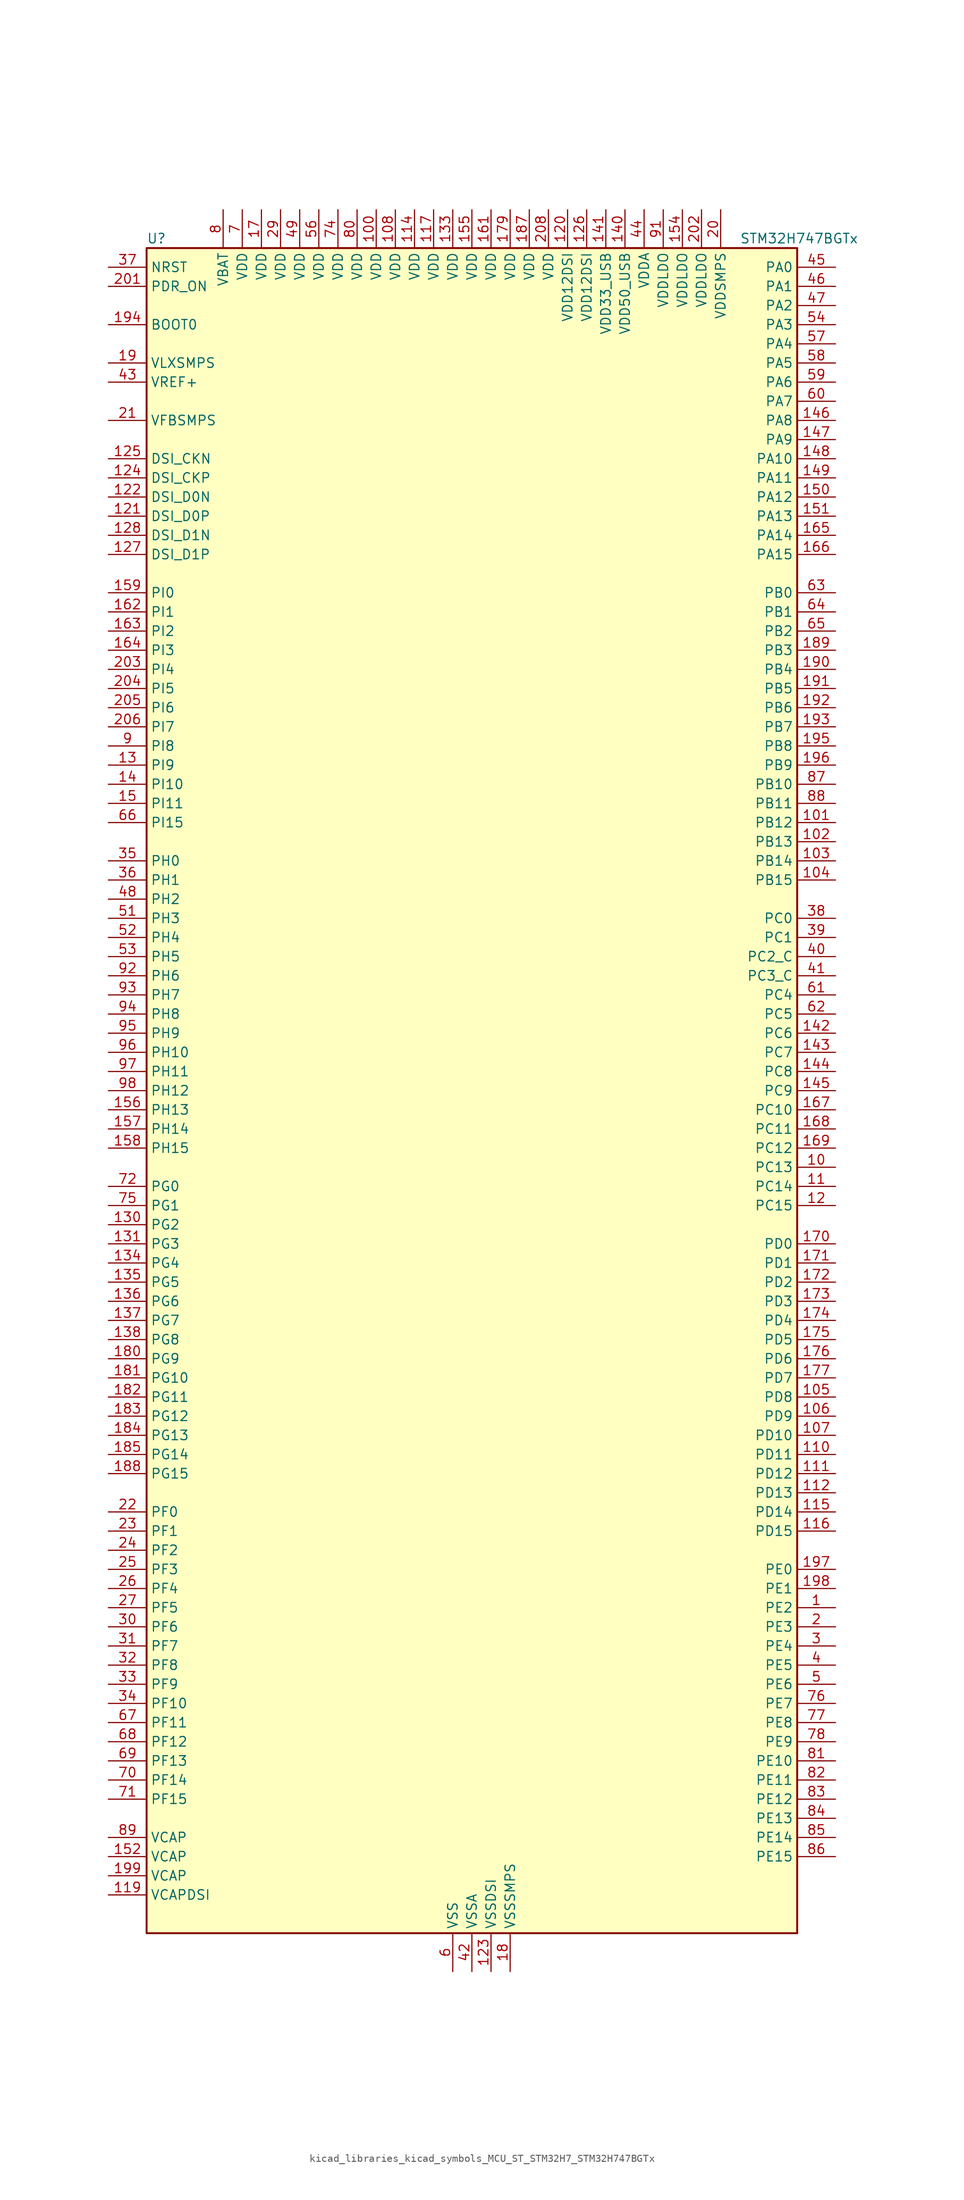
<source format=kicad_sym>
(kicad_symbol_lib
  (version 20220914)
  (generator kicad_symbol_editor)
  (symbol "kicad_libraries_kicad_symbols_MCU_ST_STM32H7_STM32H747BGTx"
    (property "Reference" "U"
      (at -43.18 113.03 0)
      (effects (font (size 1.27 1.27)) (justify left)))
    (property "Value" "STM32H747BGTx"
      (at 35.56 113.03 0)
      (effects (font (size 1.27 1.27)) (justify left)))
    (property "ki_locked" ""
      (at 0 0 0)
      (effects (font (size 1.27 1.27))))
    (symbol "kicad_libraries_kicad_symbols_MCU_ST_STM32H7_STM32H747BGTx_0_1"
      (rectangle (start -43.18 -111.76) (end 43.18 111.76) (stroke (width 0.254) (type default)) (fill (type background))))
    (symbol "kicad_libraries_kicad_symbols_MCU_ST_STM32H7_STM32H747BGTx_1_1"
      (pin bidirectional line (at 48.26 -68.58 180) (length 5.08) (name "PE2" (effects (font (size 1.27 1.27)))) (number "1" (effects (font (size 1.27 1.27)))) (alternate "DEBUG_TRACECLK" bidirectional line) (alternate "ETH_TXD3" bidirectional line) (alternate "FMC_A23" bidirectional line) (alternate "QUADSPI_BK1_IO2" bidirectional line) (alternate "SAI1_CK1" bidirectional line) (alternate "SAI1_MCLK_A" bidirectional line) (alternate "SAI4_CK1" bidirectional line) (alternate "SAI4_MCLK_A" bidirectional line) (alternate "SPI4_SCK" bidirectional line))
      (pin bidirectional line (at 48.26 -10.16 180) (length 5.08) (name "PC13" (effects (font (size 1.27 1.27)))) (number "10" (effects (font (size 1.27 1.27)))) (alternate "PWR_WKUP2" bidirectional line) (alternate "RTC_OUT_ALARM" bidirectional line) (alternate "RTC_OUT_CALIB" bidirectional line) (alternate "RTC_TAMP1" bidirectional line) (alternate "RTC_TS" bidirectional line))
      (pin power_in line (at -12.7 116.84 270) (length 5.08) (name "VDD" (effects (font (size 1.27 1.27)))) (number "100" (effects (font (size 1.27 1.27)))))
      (pin bidirectional line (at 48.26 35.56 180) (length 5.08) (name "PB12" (effects (font (size 1.27 1.27)))) (number "101" (effects (font (size 1.27 1.27)))) (alternate "DFSDM1_DATIN1" bidirectional line) (alternate "ETH_TXD0" bidirectional line) (alternate "FDCAN2_RX" bidirectional line) (alternate "I2C2_SMBA" bidirectional line) (alternate "I2S2_WS" bidirectional line) (alternate "SPI2_NSS" bidirectional line) (alternate "TIM1_BKIN" bidirectional line) (alternate "TIM1_BKIN_COMP1" bidirectional line) (alternate "TIM1_BKIN_COMP2" bidirectional line) (alternate "UART5_RX" bidirectional line) (alternate "USART3_CK" bidirectional line) (alternate "USB_OTG_HS_ID" bidirectional line) (alternate "USB_OTG_HS_ULPI_D5" bidirectional line))
      (pin bidirectional line (at 48.26 33.02 180) (length 5.08) (name "PB13" (effects (font (size 1.27 1.27)))) (number "102" (effects (font (size 1.27 1.27)))) (alternate "DFSDM1_CKIN1" bidirectional line) (alternate "ETH_TXD1" bidirectional line) (alternate "FDCAN2_TX" bidirectional line) (alternate "I2S2_CK" bidirectional line) (alternate "LPTIM2_OUT" bidirectional line) (alternate "SPI2_SCK" bidirectional line) (alternate "TIM1_CH1N" bidirectional line) (alternate "UART5_TX" bidirectional line) (alternate "USART3_CTS" bidirectional line) (alternate "USART3_NSS" bidirectional line) (alternate "USB_OTG_HS_ULPI_D6" bidirectional line) (alternate "USB_OTG_HS_VBUS" bidirectional line))
      (pin bidirectional line (at 48.26 30.48 180) (length 5.08) (name "PB14" (effects (font (size 1.27 1.27)))) (number "103" (effects (font (size 1.27 1.27)))) (alternate "DFSDM1_DATIN2" bidirectional line) (alternate "I2S2_SDI" bidirectional line) (alternate "SDMMC2_D0" bidirectional line) (alternate "SPI2_MISO" bidirectional line) (alternate "TIM12_CH1" bidirectional line) (alternate "TIM1_CH2N" bidirectional line) (alternate "TIM8_CH2N" bidirectional line) (alternate "UART4_DE" bidirectional line) (alternate "UART4_RTS" bidirectional line) (alternate "USART1_TX" bidirectional line) (alternate "USART3_DE" bidirectional line) (alternate "USART3_RTS" bidirectional line) (alternate "USB_OTG_HS_DM" bidirectional line))
      (pin bidirectional line (at 48.26 27.94 180) (length 5.08) (name "PB15" (effects (font (size 1.27 1.27)))) (number "104" (effects (font (size 1.27 1.27)))) (alternate "ADC1_EXTI15" bidirectional line) (alternate "ADC2_EXTI15" bidirectional line) (alternate "ADC3_EXTI15" bidirectional line) (alternate "DFSDM1_CKIN2" bidirectional line) (alternate "I2S2_SDO" bidirectional line) (alternate "RTC_REFIN" bidirectional line) (alternate "SDMMC2_D1" bidirectional line) (alternate "SPI2_MOSI" bidirectional line) (alternate "TIM12_CH2" bidirectional line) (alternate "TIM1_CH3N" bidirectional line) (alternate "TIM8_CH3N" bidirectional line) (alternate "UART4_CTS" bidirectional line) (alternate "USART1_RX" bidirectional line) (alternate "USB_OTG_HS_DP" bidirectional line))
      (pin bidirectional line (at 48.26 -40.64 180) (length 5.08) (name "PD8" (effects (font (size 1.27 1.27)))) (number "105" (effects (font (size 1.27 1.27)))) (alternate "DFSDM1_CKIN3" bidirectional line) (alternate "FMC_D13" bidirectional line) (alternate "FMC_DA13" bidirectional line) (alternate "SAI3_SCK_B" bidirectional line) (alternate "SPDIFRX1_IN1" bidirectional line) (alternate "USART3_TX" bidirectional line))
      (pin bidirectional line (at 48.26 -43.18 180) (length 5.08) (name "PD9" (effects (font (size 1.27 1.27)))) (number "106" (effects (font (size 1.27 1.27)))) (alternate "DAC1_EXTI9" bidirectional line) (alternate "DFSDM1_DATIN3" bidirectional line) (alternate "FMC_D14" bidirectional line) (alternate "FMC_DA14" bidirectional line) (alternate "SAI3_SD_B" bidirectional line) (alternate "USART3_RX" bidirectional line))
      (pin bidirectional line (at 48.26 -45.72 180) (length 5.08) (name "PD10" (effects (font (size 1.27 1.27)))) (number "107" (effects (font (size 1.27 1.27)))) (alternate "DFSDM1_CKOUT" bidirectional line) (alternate "FMC_D15" bidirectional line) (alternate "FMC_DA15" bidirectional line) (alternate "LTDC_B3" bidirectional line) (alternate "SAI3_FS_B" bidirectional line) (alternate "USART3_CK" bidirectional line))
      (pin power_in line (at -10.16 116.84 270) (length 5.08) (name "VDD" (effects (font (size 1.27 1.27)))) (number "108" (effects (font (size 1.27 1.27)))))
      (pin passive line (at -2.54 -116.84 90) (length 5.08) hide (name "VSS" (effects (font (size 1.27 1.27)))) (number "109" (effects (font (size 1.27 1.27)))))
      (pin bidirectional line (at 48.26 -12.7 180) (length 5.08) (name "PC14" (effects (font (size 1.27 1.27)))) (number "11" (effects (font (size 1.27 1.27)))) (alternate "RCC_OSC32_IN" bidirectional line))
      (pin bidirectional line (at 48.26 -48.26 180) (length 5.08) (name "PD11" (effects (font (size 1.27 1.27)))) (number "110" (effects (font (size 1.27 1.27)))) (alternate "ADC1_EXTI11" bidirectional line) (alternate "ADC2_EXTI11" bidirectional line) (alternate "ADC3_EXTI11" bidirectional line) (alternate "FMC_A16" bidirectional line) (alternate "FMC_CLE" bidirectional line) (alternate "I2C4_SMBA" bidirectional line) (alternate "LPTIM2_IN2" bidirectional line) (alternate "QUADSPI_BK1_IO0" bidirectional line) (alternate "SAI2_SD_A" bidirectional line) (alternate "USART3_CTS" bidirectional line) (alternate "USART3_NSS" bidirectional line))
      (pin bidirectional line (at 48.26 -50.8 180) (length 5.08) (name "PD12" (effects (font (size 1.27 1.27)))) (number "111" (effects (font (size 1.27 1.27)))) (alternate "FMC_A17" bidirectional line) (alternate "FMC_ALE" bidirectional line) (alternate "I2C4_SCL" bidirectional line) (alternate "LPTIM1_IN1" bidirectional line) (alternate "LPTIM2_IN1" bidirectional line) (alternate "QUADSPI_BK1_IO1" bidirectional line) (alternate "SAI2_FS_A" bidirectional line) (alternate "TIM4_CH1" bidirectional line) (alternate "USART3_DE" bidirectional line) (alternate "USART3_RTS" bidirectional line))
      (pin bidirectional line (at 48.26 -53.34 180) (length 5.08) (name "PD13" (effects (font (size 1.27 1.27)))) (number "112" (effects (font (size 1.27 1.27)))) (alternate "FMC_A18" bidirectional line) (alternate "I2C4_SDA" bidirectional line) (alternate "LPTIM1_OUT" bidirectional line) (alternate "QUADSPI_BK1_IO3" bidirectional line) (alternate "SAI2_SCK_A" bidirectional line) (alternate "TIM4_CH2" bidirectional line))
      (pin passive line (at -2.54 -116.84 90) (length 5.08) hide (name "VSS" (effects (font (size 1.27 1.27)))) (number "113" (effects (font (size 1.27 1.27)))))
      (pin power_in line (at -7.62 116.84 270) (length 5.08) (name "VDD" (effects (font (size 1.27 1.27)))) (number "114" (effects (font (size 1.27 1.27)))))
      (pin bidirectional line (at 48.26 -55.88 180) (length 5.08) (name "PD14" (effects (font (size 1.27 1.27)))) (number "115" (effects (font (size 1.27 1.27)))) (alternate "FMC_D0" bidirectional line) (alternate "FMC_DA0" bidirectional line) (alternate "SAI3_MCLK_B" bidirectional line) (alternate "TIM4_CH3" bidirectional line) (alternate "UART8_CTS" bidirectional line))
      (pin bidirectional line (at 48.26 -58.42 180) (length 5.08) (name "PD15" (effects (font (size 1.27 1.27)))) (number "116" (effects (font (size 1.27 1.27)))) (alternate "ADC1_EXTI15" bidirectional line) (alternate "ADC2_EXTI15" bidirectional line) (alternate "ADC3_EXTI15" bidirectional line) (alternate "FMC_D1" bidirectional line) (alternate "FMC_DA1" bidirectional line) (alternate "SAI3_MCLK_A" bidirectional line) (alternate "TIM4_CH4" bidirectional line) (alternate "UART8_DE" bidirectional line) (alternate "UART8_RTS" bidirectional line))
      (pin power_in line (at -5.08 116.84 270) (length 5.08) (name "VDD" (effects (font (size 1.27 1.27)))) (number "117" (effects (font (size 1.27 1.27)))))
      (pin passive line (at -2.54 -116.84 90) (length 5.08) hide (name "VSS" (effects (font (size 1.27 1.27)))) (number "118" (effects (font (size 1.27 1.27)))))
      (pin power_out line (at -48.26 -106.68 0) (length 5.08) (name "VCAPDSI" (effects (font (size 1.27 1.27)))) (number "119" (effects (font (size 1.27 1.27)))))
      (pin bidirectional line (at 48.26 -15.24 180) (length 5.08) (name "PC15" (effects (font (size 1.27 1.27)))) (number "12" (effects (font (size 1.27 1.27)))) (alternate "ADC1_EXTI15" bidirectional line) (alternate "ADC2_EXTI15" bidirectional line) (alternate "ADC3_EXTI15" bidirectional line) (alternate "RCC_OSC32_OUT" bidirectional line))
      (pin power_in line (at 12.7 116.84 270) (length 5.08) (name "VDD12DSI" (effects (font (size 1.27 1.27)))) (number "120" (effects (font (size 1.27 1.27)))))
      (pin bidirectional line (at -48.26 76.2 0) (length 5.08) (name "DSI_D0P" (effects (font (size 1.27 1.27)))) (number "121" (effects (font (size 1.27 1.27)))) (alternate "DSIHOST_D0P" bidirectional line))
      (pin bidirectional line (at -48.26 78.74 0) (length 5.08) (name "DSI_D0N" (effects (font (size 1.27 1.27)))) (number "122" (effects (font (size 1.27 1.27)))) (alternate "DSIHOST_D0N" bidirectional line))
      (pin power_in line (at 2.54 -116.84 90) (length 5.08) (name "VSSDSI" (effects (font (size 1.27 1.27)))) (number "123" (effects (font (size 1.27 1.27)))))
      (pin bidirectional line (at -48.26 81.28 0) (length 5.08) (name "DSI_CKP" (effects (font (size 1.27 1.27)))) (number "124" (effects (font (size 1.27 1.27)))) (alternate "DSIHOST_CKP" bidirectional line))
      (pin bidirectional line (at -48.26 83.82 0) (length 5.08) (name "DSI_CKN" (effects (font (size 1.27 1.27)))) (number "125" (effects (font (size 1.27 1.27)))) (alternate "DSIHOST_CKN" bidirectional line))
      (pin power_in line (at 15.24 116.84 270) (length 5.08) (name "VDD12DSI" (effects (font (size 1.27 1.27)))) (number "126" (effects (font (size 1.27 1.27)))))
      (pin bidirectional line (at -48.26 71.12 0) (length 5.08) (name "DSI_D1P" (effects (font (size 1.27 1.27)))) (number "127" (effects (font (size 1.27 1.27)))) (alternate "DSIHOST_D1P" bidirectional line))
      (pin bidirectional line (at -48.26 73.66 0) (length 5.08) (name "DSI_D1N" (effects (font (size 1.27 1.27)))) (number "128" (effects (font (size 1.27 1.27)))) (alternate "DSIHOST_D1N" bidirectional line))
      (pin passive line (at 2.54 -116.84 90) (length 5.08) hide (name "VSSDSI" (effects (font (size 1.27 1.27)))) (number "129" (effects (font (size 1.27 1.27)))))
      (pin bidirectional line (at -48.26 43.18 0) (length 5.08) (name "PI9" (effects (font (size 1.27 1.27)))) (number "13" (effects (font (size 1.27 1.27)))) (alternate "DAC1_EXTI9" bidirectional line) (alternate "FDCAN1_RX" bidirectional line) (alternate "FMC_D30" bidirectional line) (alternate "LTDC_VSYNC" bidirectional line) (alternate "UART4_RX" bidirectional line))
      (pin bidirectional line (at -48.26 -17.78 0) (length 5.08) (name "PG2" (effects (font (size 1.27 1.27)))) (number "130" (effects (font (size 1.27 1.27)))) (alternate "FMC_A12" bidirectional line) (alternate "TIM8_BKIN" bidirectional line) (alternate "TIM8_BKIN_COMP1" bidirectional line) (alternate "TIM8_BKIN_COMP2" bidirectional line))
      (pin bidirectional line (at -48.26 -20.32 0) (length 5.08) (name "PG3" (effects (font (size 1.27 1.27)))) (number "131" (effects (font (size 1.27 1.27)))) (alternate "FMC_A13" bidirectional line) (alternate "TIM8_BKIN2" bidirectional line) (alternate "TIM8_BKIN2_COMP1" bidirectional line) (alternate "TIM8_BKIN2_COMP2" bidirectional line))
      (pin passive line (at -2.54 -116.84 90) (length 5.08) hide (name "VSS" (effects (font (size 1.27 1.27)))) (number "132" (effects (font (size 1.27 1.27)))))
      (pin power_in line (at -2.54 116.84 270) (length 5.08) (name "VDD" (effects (font (size 1.27 1.27)))) (number "133" (effects (font (size 1.27 1.27)))))
      (pin bidirectional line (at -48.26 -22.86 0) (length 5.08) (name "PG4" (effects (font (size 1.27 1.27)))) (number "134" (effects (font (size 1.27 1.27)))) (alternate "FMC_A14" bidirectional line) (alternate "FMC_BA0" bidirectional line) (alternate "TIM1_BKIN2" bidirectional line) (alternate "TIM1_BKIN2_COMP1" bidirectional line) (alternate "TIM1_BKIN2_COMP2" bidirectional line))
      (pin bidirectional line (at -48.26 -25.4 0) (length 5.08) (name "PG5" (effects (font (size 1.27 1.27)))) (number "135" (effects (font (size 1.27 1.27)))) (alternate "FMC_A15" bidirectional line) (alternate "FMC_BA1" bidirectional line) (alternate "TIM1_ETR" bidirectional line))
      (pin bidirectional line (at -48.26 -27.94 0) (length 5.08) (name "PG6" (effects (font (size 1.27 1.27)))) (number "136" (effects (font (size 1.27 1.27)))) (alternate "DCMI_D12" bidirectional line) (alternate "FMC_NE3" bidirectional line) (alternate "HRTIM_CHE1" bidirectional line) (alternate "LTDC_R7" bidirectional line) (alternate "QUADSPI_BK1_NCS" bidirectional line) (alternate "TIM17_BKIN" bidirectional line))
      (pin bidirectional line (at -48.26 -30.48 0) (length 5.08) (name "PG7" (effects (font (size 1.27 1.27)))) (number "137" (effects (font (size 1.27 1.27)))) (alternate "DCMI_D13" bidirectional line) (alternate "FMC_INT" bidirectional line) (alternate "HRTIM_CHE2" bidirectional line) (alternate "LTDC_CLK" bidirectional line) (alternate "SAI1_MCLK_A" bidirectional line) (alternate "USART6_CK" bidirectional line))
      (pin bidirectional line (at -48.26 -33.02 0) (length 5.08) (name "PG8" (effects (font (size 1.27 1.27)))) (number "138" (effects (font (size 1.27 1.27)))) (alternate "ETH_PPS_OUT" bidirectional line) (alternate "FMC_SDCLK" bidirectional line) (alternate "LTDC_G7" bidirectional line) (alternate "SPDIFRX1_IN2" bidirectional line) (alternate "SPI6_NSS" bidirectional line) (alternate "TIM8_ETR" bidirectional line) (alternate "USART6_DE" bidirectional line) (alternate "USART6_RTS" bidirectional line))
      (pin passive line (at -2.54 -116.84 90) (length 5.08) hide (name "VSS" (effects (font (size 1.27 1.27)))) (number "139" (effects (font (size 1.27 1.27)))))
      (pin bidirectional line (at -48.26 40.64 0) (length 5.08) (name "PI10" (effects (font (size 1.27 1.27)))) (number "14" (effects (font (size 1.27 1.27)))) (alternate "ETH_RX_ER" bidirectional line) (alternate "FMC_D31" bidirectional line) (alternate "LTDC_HSYNC" bidirectional line))
      (pin power_in line (at 20.32 116.84 270) (length 5.08) (name "VDD50_USB" (effects (font (size 1.27 1.27)))) (number "140" (effects (font (size 1.27 1.27)))))
      (pin power_in line (at 17.78 116.84 270) (length 5.08) (name "VDD33_USB" (effects (font (size 1.27 1.27)))) (number "141" (effects (font (size 1.27 1.27)))))
      (pin bidirectional line (at 48.26 7.62 180) (length 5.08) (name "PC6" (effects (font (size 1.27 1.27)))) (number "142" (effects (font (size 1.27 1.27)))) (alternate "DCMI_D0" bidirectional line) (alternate "DFSDM1_CKIN3" bidirectional line) (alternate "FMC_NWAIT" bidirectional line) (alternate "HRTIM_CHA1" bidirectional line) (alternate "I2S2_MCK" bidirectional line) (alternate "LTDC_HSYNC" bidirectional line) (alternate "SDMMC1_D0DIR" bidirectional line) (alternate "SDMMC1_D6" bidirectional line) (alternate "SDMMC2_D6" bidirectional line) (alternate "SWPMI1_IO" bidirectional line) (alternate "TIM3_CH1" bidirectional line) (alternate "TIM8_CH1" bidirectional line) (alternate "USART6_TX" bidirectional line))
      (pin bidirectional line (at 48.26 5.08 180) (length 5.08) (name "PC7" (effects (font (size 1.27 1.27)))) (number "143" (effects (font (size 1.27 1.27)))) (alternate "DCMI_D1" bidirectional line) (alternate "DEBUG_TRGIO" bidirectional line) (alternate "DFSDM1_DATIN3" bidirectional line) (alternate "FMC_NE1" bidirectional line) (alternate "HRTIM_CHA2" bidirectional line) (alternate "I2S3_MCK" bidirectional line) (alternate "LTDC_G6" bidirectional line) (alternate "SDMMC1_D123DIR" bidirectional line) (alternate "SDMMC1_D7" bidirectional line) (alternate "SDMMC2_D7" bidirectional line) (alternate "SWPMI1_TX" bidirectional line) (alternate "TIM3_CH2" bidirectional line) (alternate "TIM8_CH2" bidirectional line) (alternate "USART6_RX" bidirectional line))
      (pin bidirectional line (at 48.26 2.54 180) (length 5.08) (name "PC8" (effects (font (size 1.27 1.27)))) (number "144" (effects (font (size 1.27 1.27)))) (alternate "DCMI_D2" bidirectional line) (alternate "DEBUG_TRACED1" bidirectional line) (alternate "FMC_NCE" bidirectional line) (alternate "FMC_NE2" bidirectional line) (alternate "HRTIM_CHB1" bidirectional line) (alternate "SDMMC1_D0" bidirectional line) (alternate "SWPMI1_RX" bidirectional line) (alternate "TIM3_CH3" bidirectional line) (alternate "TIM8_CH3" bidirectional line) (alternate "UART5_DE" bidirectional line) (alternate "UART5_RTS" bidirectional line) (alternate "USART6_CK" bidirectional line))
      (pin bidirectional line (at 48.26 0 180) (length 5.08) (name "PC9" (effects (font (size 1.27 1.27)))) (number "145" (effects (font (size 1.27 1.27)))) (alternate "DAC1_EXTI9" bidirectional line) (alternate "DCMI_D3" bidirectional line) (alternate "I2C3_SDA" bidirectional line) (alternate "I2S_CKIN" bidirectional line) (alternate "LTDC_B2" bidirectional line) (alternate "LTDC_G3" bidirectional line) (alternate "QUADSPI_BK1_IO0" bidirectional line) (alternate "RCC_MCO_2" bidirectional line) (alternate "SDMMC1_D1" bidirectional line) (alternate "SWPMI1_SUSPEND" bidirectional line) (alternate "TIM3_CH4" bidirectional line) (alternate "TIM8_CH4" bidirectional line) (alternate "UART5_CTS" bidirectional line))
      (pin bidirectional line (at 48.26 88.9 180) (length 5.08) (name "PA8" (effects (font (size 1.27 1.27)))) (number "146" (effects (font (size 1.27 1.27)))) (alternate "HRTIM_CHB2" bidirectional line) (alternate "I2C3_SCL" bidirectional line) (alternate "LTDC_B3" bidirectional line) (alternate "LTDC_R6" bidirectional line) (alternate "RCC_MCO_1" bidirectional line) (alternate "TIM1_CH1" bidirectional line) (alternate "TIM8_BKIN2" bidirectional line) (alternate "TIM8_BKIN2_COMP1" bidirectional line) (alternate "TIM8_BKIN2_COMP2" bidirectional line) (alternate "UART7_RX" bidirectional line) (alternate "USART1_CK" bidirectional line) (alternate "USB_OTG_FS_SOF" bidirectional line))
      (pin bidirectional line (at 48.26 86.36 180) (length 5.08) (name "PA9" (effects (font (size 1.27 1.27)))) (number "147" (effects (font (size 1.27 1.27)))) (alternate "DAC1_EXTI9" bidirectional line) (alternate "DCMI_D0" bidirectional line) (alternate "HRTIM_CHC1" bidirectional line) (alternate "I2C3_SMBA" bidirectional line) (alternate "I2S2_CK" bidirectional line) (alternate "LPUART1_TX" bidirectional line) (alternate "LTDC_R5" bidirectional line) (alternate "SPI2_SCK" bidirectional line) (alternate "TIM1_CH2" bidirectional line) (alternate "USART1_TX" bidirectional line) (alternate "USB_OTG_FS_VBUS" bidirectional line))
      (pin bidirectional line (at 48.26 83.82 180) (length 5.08) (name "PA10" (effects (font (size 1.27 1.27)))) (number "148" (effects (font (size 1.27 1.27)))) (alternate "DCMI_D1" bidirectional line) (alternate "HRTIM_CHC2" bidirectional line) (alternate "LPUART1_RX" bidirectional line) (alternate "LTDC_B1" bidirectional line) (alternate "LTDC_B4" bidirectional line) (alternate "MDIOS_MDIO" bidirectional line) (alternate "TIM1_CH3" bidirectional line) (alternate "USART1_RX" bidirectional line) (alternate "USB_OTG_FS_ID" bidirectional line))
      (pin bidirectional line (at 48.26 81.28 180) (length 5.08) (name "PA11" (effects (font (size 1.27 1.27)))) (number "149" (effects (font (size 1.27 1.27)))) (alternate "ADC1_EXTI11" bidirectional line) (alternate "ADC2_EXTI11" bidirectional line) (alternate "ADC3_EXTI11" bidirectional line) (alternate "FDCAN1_RX" bidirectional line) (alternate "HRTIM_CHD1" bidirectional line) (alternate "I2S2_WS" bidirectional line) (alternate "LPUART1_CTS" bidirectional line) (alternate "LTDC_R4" bidirectional line) (alternate "SPI2_NSS" bidirectional line) (alternate "TIM1_CH4" bidirectional line) (alternate "UART4_RX" bidirectional line) (alternate "USART1_CTS" bidirectional line) (alternate "USART1_NSS" bidirectional line) (alternate "USB_OTG_FS_DM" bidirectional line))
      (pin bidirectional line (at -48.26 38.1 0) (length 5.08) (name "PI11" (effects (font (size 1.27 1.27)))) (number "15" (effects (font (size 1.27 1.27)))) (alternate "ADC1_EXTI11" bidirectional line) (alternate "ADC2_EXTI11" bidirectional line) (alternate "ADC3_EXTI11" bidirectional line) (alternate "LTDC_G6" bidirectional line) (alternate "PWR_WKUP4" bidirectional line) (alternate "USB_OTG_HS_ULPI_DIR" bidirectional line))
      (pin bidirectional line (at 48.26 78.74 180) (length 5.08) (name "PA12" (effects (font (size 1.27 1.27)))) (number "150" (effects (font (size 1.27 1.27)))) (alternate "FDCAN1_TX" bidirectional line) (alternate "HRTIM_CHD2" bidirectional line) (alternate "I2S2_CK" bidirectional line) (alternate "LPUART1_DE" bidirectional line) (alternate "LPUART1_RTS" bidirectional line) (alternate "LTDC_R5" bidirectional line) (alternate "SAI2_FS_B" bidirectional line) (alternate "SPI2_SCK" bidirectional line) (alternate "TIM1_ETR" bidirectional line) (alternate "UART4_TX" bidirectional line) (alternate "USART1_DE" bidirectional line) (alternate "USART1_RTS" bidirectional line) (alternate "USB_OTG_FS_DP" bidirectional line))
      (pin bidirectional line (at 48.26 76.2 180) (length 5.08) (name "PA13" (effects (font (size 1.27 1.27)))) (number "151" (effects (font (size 1.27 1.27)))) (alternate "DEBUG_JTMS-SWDIO" bidirectional line))
      (pin power_out line (at -48.26 -101.6 0) (length 5.08) (name "VCAP" (effects (font (size 1.27 1.27)))) (number "152" (effects (font (size 1.27 1.27)))))
      (pin passive line (at -2.54 -116.84 90) (length 5.08) hide (name "VSS" (effects (font (size 1.27 1.27)))) (number "153" (effects (font (size 1.27 1.27)))))
      (pin power_in line (at 27.94 116.84 270) (length 5.08) (name "VDDLDO" (effects (font (size 1.27 1.27)))) (number "154" (effects (font (size 1.27 1.27)))))
      (pin power_in line (at 0 116.84 270) (length 5.08) (name "VDD" (effects (font (size 1.27 1.27)))) (number "155" (effects (font (size 1.27 1.27)))))
      (pin bidirectional line (at -48.26 -2.54 0) (length 5.08) (name "PH13" (effects (font (size 1.27 1.27)))) (number "156" (effects (font (size 1.27 1.27)))) (alternate "FDCAN1_TX" bidirectional line) (alternate "FMC_D21" bidirectional line) (alternate "LTDC_G2" bidirectional line) (alternate "TIM8_CH1N" bidirectional line) (alternate "UART4_TX" bidirectional line))
      (pin bidirectional line (at -48.26 -5.08 0) (length 5.08) (name "PH14" (effects (font (size 1.27 1.27)))) (number "157" (effects (font (size 1.27 1.27)))) (alternate "DCMI_D4" bidirectional line) (alternate "FDCAN1_RX" bidirectional line) (alternate "FMC_D22" bidirectional line) (alternate "LTDC_G3" bidirectional line) (alternate "TIM8_CH2N" bidirectional line) (alternate "UART4_RX" bidirectional line))
      (pin bidirectional line (at -48.26 -7.62 0) (length 5.08) (name "PH15" (effects (font (size 1.27 1.27)))) (number "158" (effects (font (size 1.27 1.27)))) (alternate "ADC1_EXTI15" bidirectional line) (alternate "ADC2_EXTI15" bidirectional line) (alternate "ADC3_EXTI15" bidirectional line) (alternate "DCMI_D11" bidirectional line) (alternate "FMC_D23" bidirectional line) (alternate "LTDC_G4" bidirectional line) (alternate "TIM8_CH3N" bidirectional line))
      (pin bidirectional line (at -48.26 66.04 0) (length 5.08) (name "PI0" (effects (font (size 1.27 1.27)))) (number "159" (effects (font (size 1.27 1.27)))) (alternate "DCMI_D13" bidirectional line) (alternate "FMC_D24" bidirectional line) (alternate "I2S2_WS" bidirectional line) (alternate "LTDC_G5" bidirectional line) (alternate "SPI2_NSS" bidirectional line) (alternate "TIM5_CH4" bidirectional line))
      (pin passive line (at -2.54 -116.84 90) (length 5.08) hide (name "VSS" (effects (font (size 1.27 1.27)))) (number "16" (effects (font (size 1.27 1.27)))))
      (pin passive line (at -2.54 -116.84 90) (length 5.08) hide (name "VSS" (effects (font (size 1.27 1.27)))) (number "160" (effects (font (size 1.27 1.27)))))
      (pin power_in line (at 2.54 116.84 270) (length 5.08) (name "VDD" (effects (font (size 1.27 1.27)))) (number "161" (effects (font (size 1.27 1.27)))))
      (pin bidirectional line (at -48.26 63.5 0) (length 5.08) (name "PI1" (effects (font (size 1.27 1.27)))) (number "162" (effects (font (size 1.27 1.27)))) (alternate "DCMI_D8" bidirectional line) (alternate "FMC_D25" bidirectional line) (alternate "I2S2_CK" bidirectional line) (alternate "LTDC_G6" bidirectional line) (alternate "SPI2_SCK" bidirectional line) (alternate "TIM8_BKIN2" bidirectional line) (alternate "TIM8_BKIN2_COMP1" bidirectional line) (alternate "TIM8_BKIN2_COMP2" bidirectional line))
      (pin bidirectional line (at -48.26 60.96 0) (length 5.08) (name "PI2" (effects (font (size 1.27 1.27)))) (number "163" (effects (font (size 1.27 1.27)))) (alternate "DCMI_D9" bidirectional line) (alternate "FMC_D26" bidirectional line) (alternate "I2S2_SDI" bidirectional line) (alternate "LTDC_G7" bidirectional line) (alternate "SPI2_MISO" bidirectional line) (alternate "TIM8_CH4" bidirectional line))
      (pin bidirectional line (at -48.26 58.42 0) (length 5.08) (name "PI3" (effects (font (size 1.27 1.27)))) (number "164" (effects (font (size 1.27 1.27)))) (alternate "DCMI_D10" bidirectional line) (alternate "FMC_D27" bidirectional line) (alternate "I2S2_SDO" bidirectional line) (alternate "SPI2_MOSI" bidirectional line) (alternate "TIM8_ETR" bidirectional line))
      (pin bidirectional line (at 48.26 73.66 180) (length 5.08) (name "PA14" (effects (font (size 1.27 1.27)))) (number "165" (effects (font (size 1.27 1.27)))) (alternate "DEBUG_JTCK-SWCLK" bidirectional line))
      (pin bidirectional line (at 48.26 71.12 180) (length 5.08) (name "PA15" (effects (font (size 1.27 1.27)))) (number "166" (effects (font (size 1.27 1.27)))) (alternate "ADC1_EXTI15" bidirectional line) (alternate "ADC2_EXTI15" bidirectional line) (alternate "ADC3_EXTI15" bidirectional line) (alternate "CEC" bidirectional line) (alternate "DEBUG_JTDI" bidirectional line) (alternate "DSIHOST_TE" bidirectional line) (alternate "HRTIM_FLT1" bidirectional line) (alternate "I2S1_WS" bidirectional line) (alternate "I2S3_WS" bidirectional line) (alternate "SPI1_NSS" bidirectional line) (alternate "SPI3_NSS" bidirectional line) (alternate "SPI6_NSS" bidirectional line) (alternate "TIM2_CH1" bidirectional line) (alternate "TIM2_ETR" bidirectional line) (alternate "UART4_DE" bidirectional line) (alternate "UART4_RTS" bidirectional line) (alternate "UART7_TX" bidirectional line))
      (pin bidirectional line (at 48.26 -2.54 180) (length 5.08) (name "PC10" (effects (font (size 1.27 1.27)))) (number "167" (effects (font (size 1.27 1.27)))) (alternate "DCMI_D8" bidirectional line) (alternate "DFSDM1_CKIN5" bidirectional line) (alternate "HRTIM_EEV1" bidirectional line) (alternate "I2S3_CK" bidirectional line) (alternate "LTDC_R2" bidirectional line) (alternate "QUADSPI_BK1_IO1" bidirectional line) (alternate "SDMMC1_D2" bidirectional line) (alternate "SPI3_SCK" bidirectional line) (alternate "UART4_TX" bidirectional line) (alternate "USART3_TX" bidirectional line))
      (pin bidirectional line (at 48.26 -5.08 180) (length 5.08) (name "PC11" (effects (font (size 1.27 1.27)))) (number "168" (effects (font (size 1.27 1.27)))) (alternate "ADC1_EXTI11" bidirectional line) (alternate "ADC2_EXTI11" bidirectional line) (alternate "ADC3_EXTI11" bidirectional line) (alternate "DCMI_D4" bidirectional line) (alternate "DFSDM1_DATIN5" bidirectional line) (alternate "HRTIM_FLT2" bidirectional line) (alternate "I2S3_SDI" bidirectional line) (alternate "QUADSPI_BK2_NCS" bidirectional line) (alternate "SDMMC1_D3" bidirectional line) (alternate "SPI3_MISO" bidirectional line) (alternate "UART4_RX" bidirectional line) (alternate "USART3_RX" bidirectional line))
      (pin bidirectional line (at 48.26 -7.62 180) (length 5.08) (name "PC12" (effects (font (size 1.27 1.27)))) (number "169" (effects (font (size 1.27 1.27)))) (alternate "DCMI_D9" bidirectional line) (alternate "DEBUG_TRACED3" bidirectional line) (alternate "HRTIM_EEV2" bidirectional line) (alternate "I2S3_SDO" bidirectional line) (alternate "SDMMC1_CK" bidirectional line) (alternate "SPI3_MOSI" bidirectional line) (alternate "UART5_TX" bidirectional line) (alternate "USART3_CK" bidirectional line))
      (pin power_in line (at -27.94 116.84 270) (length 5.08) (name "VDD" (effects (font (size 1.27 1.27)))) (number "17" (effects (font (size 1.27 1.27)))))
      (pin bidirectional line (at 48.26 -20.32 180) (length 5.08) (name "PD0" (effects (font (size 1.27 1.27)))) (number "170" (effects (font (size 1.27 1.27)))) (alternate "DFSDM1_CKIN6" bidirectional line) (alternate "FDCAN1_RX" bidirectional line) (alternate "FMC_D2" bidirectional line) (alternate "FMC_DA2" bidirectional line) (alternate "SAI3_SCK_A" bidirectional line) (alternate "UART4_RX" bidirectional line))
      (pin bidirectional line (at 48.26 -22.86 180) (length 5.08) (name "PD1" (effects (font (size 1.27 1.27)))) (number "171" (effects (font (size 1.27 1.27)))) (alternate "DFSDM1_DATIN6" bidirectional line) (alternate "FDCAN1_TX" bidirectional line) (alternate "FMC_D3" bidirectional line) (alternate "FMC_DA3" bidirectional line) (alternate "SAI3_SD_A" bidirectional line) (alternate "UART4_TX" bidirectional line))
      (pin bidirectional line (at 48.26 -25.4 180) (length 5.08) (name "PD2" (effects (font (size 1.27 1.27)))) (number "172" (effects (font (size 1.27 1.27)))) (alternate "DCMI_D11" bidirectional line) (alternate "DEBUG_TRACED2" bidirectional line) (alternate "SDMMC1_CMD" bidirectional line) (alternate "TIM3_ETR" bidirectional line) (alternate "UART5_RX" bidirectional line))
      (pin bidirectional line (at 48.26 -27.94 180) (length 5.08) (name "PD3" (effects (font (size 1.27 1.27)))) (number "173" (effects (font (size 1.27 1.27)))) (alternate "DCMI_D5" bidirectional line) (alternate "DFSDM1_CKOUT" bidirectional line) (alternate "FMC_CLK" bidirectional line) (alternate "I2S2_CK" bidirectional line) (alternate "LTDC_G7" bidirectional line) (alternate "SPI2_SCK" bidirectional line) (alternate "USART2_CTS" bidirectional line) (alternate "USART2_NSS" bidirectional line))
      (pin bidirectional line (at 48.26 -30.48 180) (length 5.08) (name "PD4" (effects (font (size 1.27 1.27)))) (number "174" (effects (font (size 1.27 1.27)))) (alternate "FMC_NOE" bidirectional line) (alternate "HRTIM_FLT3" bidirectional line) (alternate "SAI3_FS_A" bidirectional line) (alternate "USART2_DE" bidirectional line) (alternate "USART2_RTS" bidirectional line))
      (pin bidirectional line (at 48.26 -33.02 180) (length 5.08) (name "PD5" (effects (font (size 1.27 1.27)))) (number "175" (effects (font (size 1.27 1.27)))) (alternate "FMC_NWE" bidirectional line) (alternate "HRTIM_EEV3" bidirectional line) (alternate "USART2_TX" bidirectional line))
      (pin bidirectional line (at 48.26 -35.56 180) (length 5.08) (name "PD6" (effects (font (size 1.27 1.27)))) (number "176" (effects (font (size 1.27 1.27)))) (alternate "DCMI_D10" bidirectional line) (alternate "DFSDM1_CKIN4" bidirectional line) (alternate "DFSDM1_DATIN1" bidirectional line) (alternate "FMC_NWAIT" bidirectional line) (alternate "I2S3_SDO" bidirectional line) (alternate "LTDC_B2" bidirectional line) (alternate "SAI1_D1" bidirectional line) (alternate "SAI1_SD_A" bidirectional line) (alternate "SAI4_D1" bidirectional line) (alternate "SAI4_SD_A" bidirectional line) (alternate "SDMMC2_CK" bidirectional line) (alternate "SPI3_MOSI" bidirectional line) (alternate "USART2_RX" bidirectional line))
      (pin bidirectional line (at 48.26 -38.1 180) (length 5.08) (name "PD7" (effects (font (size 1.27 1.27)))) (number "177" (effects (font (size 1.27 1.27)))) (alternate "DFSDM1_CKIN1" bidirectional line) (alternate "DFSDM1_DATIN4" bidirectional line) (alternate "FMC_NE1" bidirectional line) (alternate "I2S1_SDO" bidirectional line) (alternate "SDMMC2_CMD" bidirectional line) (alternate "SPDIFRX1_IN0" bidirectional line) (alternate "SPI1_MOSI" bidirectional line) (alternate "USART2_CK" bidirectional line))
      (pin passive line (at -2.54 -116.84 90) (length 5.08) hide (name "VSS" (effects (font (size 1.27 1.27)))) (number "178" (effects (font (size 1.27 1.27)))))
      (pin power_in line (at 5.08 116.84 270) (length 5.08) (name "VDD" (effects (font (size 1.27 1.27)))) (number "179" (effects (font (size 1.27 1.27)))))
      (pin power_in line (at 5.08 -116.84 90) (length 5.08) (name "VSSSMPS" (effects (font (size 1.27 1.27)))) (number "18" (effects (font (size 1.27 1.27)))))
      (pin bidirectional line (at -48.26 -35.56 0) (length 5.08) (name "PG9" (effects (font (size 1.27 1.27)))) (number "180" (effects (font (size 1.27 1.27)))) (alternate "DAC1_EXTI9" bidirectional line) (alternate "DCMI_VSYNC" bidirectional line) (alternate "FMC_NCE" bidirectional line) (alternate "FMC_NE2" bidirectional line) (alternate "I2S1_SDI" bidirectional line) (alternate "QUADSPI_BK2_IO2" bidirectional line) (alternate "SAI2_FS_B" bidirectional line) (alternate "SPDIFRX1_IN3" bidirectional line) (alternate "SPI1_MISO" bidirectional line) (alternate "USART6_RX" bidirectional line))
      (pin bidirectional line (at -48.26 -38.1 0) (length 5.08) (name "PG10" (effects (font (size 1.27 1.27)))) (number "181" (effects (font (size 1.27 1.27)))) (alternate "DCMI_D2" bidirectional line) (alternate "FMC_NE3" bidirectional line) (alternate "HRTIM_FLT5" bidirectional line) (alternate "I2S1_WS" bidirectional line) (alternate "LTDC_B2" bidirectional line) (alternate "LTDC_G3" bidirectional line) (alternate "SAI2_SD_B" bidirectional line) (alternate "SPI1_NSS" bidirectional line))
      (pin bidirectional line (at -48.26 -40.64 0) (length 5.08) (name "PG11" (effects (font (size 1.27 1.27)))) (number "182" (effects (font (size 1.27 1.27)))) (alternate "ADC1_EXTI11" bidirectional line) (alternate "ADC2_EXTI11" bidirectional line) (alternate "ADC3_EXTI11" bidirectional line) (alternate "DCMI_D3" bidirectional line) (alternate "ETH_TX_EN" bidirectional line) (alternate "HRTIM_EEV4" bidirectional line) (alternate "I2S1_CK" bidirectional line) (alternate "LPTIM1_IN2" bidirectional line) (alternate "LTDC_B3" bidirectional line) (alternate "SDMMC2_D2" bidirectional line) (alternate "SPDIFRX1_IN0" bidirectional line) (alternate "SPI1_SCK" bidirectional line))
      (pin bidirectional line (at -48.26 -43.18 0) (length 5.08) (name "PG12" (effects (font (size 1.27 1.27)))) (number "183" (effects (font (size 1.27 1.27)))) (alternate "ETH_TXD1" bidirectional line) (alternate "FMC_NE4" bidirectional line) (alternate "HRTIM_EEV5" bidirectional line) (alternate "LPTIM1_IN1" bidirectional line) (alternate "LTDC_B1" bidirectional line) (alternate "LTDC_B4" bidirectional line) (alternate "SPDIFRX1_IN1" bidirectional line) (alternate "SPI6_MISO" bidirectional line) (alternate "USART6_DE" bidirectional line) (alternate "USART6_RTS" bidirectional line))
      (pin bidirectional line (at -48.26 -45.72 0) (length 5.08) (name "PG13" (effects (font (size 1.27 1.27)))) (number "184" (effects (font (size 1.27 1.27)))) (alternate "DEBUG_TRACED0" bidirectional line) (alternate "ETH_TXD0" bidirectional line) (alternate "FMC_A24" bidirectional line) (alternate "HRTIM_EEV10" bidirectional line) (alternate "LPTIM1_OUT" bidirectional line) (alternate "LTDC_R0" bidirectional line) (alternate "SPI6_SCK" bidirectional line) (alternate "USART6_CTS" bidirectional line) (alternate "USART6_NSS" bidirectional line))
      (pin bidirectional line (at -48.26 -48.26 0) (length 5.08) (name "PG14" (effects (font (size 1.27 1.27)))) (number "185" (effects (font (size 1.27 1.27)))) (alternate "DEBUG_TRACED1" bidirectional line) (alternate "ETH_TXD1" bidirectional line) (alternate "FMC_A25" bidirectional line) (alternate "LPTIM1_ETR" bidirectional line) (alternate "LTDC_B0" bidirectional line) (alternate "QUADSPI_BK2_IO3" bidirectional line) (alternate "SPI6_MOSI" bidirectional line) (alternate "USART6_TX" bidirectional line))
      (pin passive line (at -2.54 -116.84 90) (length 5.08) hide (name "VSS" (effects (font (size 1.27 1.27)))) (number "186" (effects (font (size 1.27 1.27)))))
      (pin power_in line (at 7.62 116.84 270) (length 5.08) (name "VDD" (effects (font (size 1.27 1.27)))) (number "187" (effects (font (size 1.27 1.27)))))
      (pin bidirectional line (at -48.26 -50.8 0) (length 5.08) (name "PG15" (effects (font (size 1.27 1.27)))) (number "188" (effects (font (size 1.27 1.27)))) (alternate "ADC1_EXTI15" bidirectional line) (alternate "ADC2_EXTI15" bidirectional line) (alternate "ADC3_EXTI15" bidirectional line) (alternate "DCMI_D13" bidirectional line) (alternate "FMC_SDNCAS" bidirectional line) (alternate "USART6_CTS" bidirectional line) (alternate "USART6_NSS" bidirectional line))
      (pin bidirectional line (at 48.26 58.42 180) (length 5.08) (name "PB3" (effects (font (size 1.27 1.27)))) (number "189" (effects (font (size 1.27 1.27)))) (alternate "CRS_SYNC" bidirectional line) (alternate "DEBUG_JTDO-SWO" bidirectional line) (alternate "HRTIM_FLT4" bidirectional line) (alternate "I2S1_CK" bidirectional line) (alternate "I2S3_CK" bidirectional line) (alternate "SDMMC2_D2" bidirectional line) (alternate "SPI1_SCK" bidirectional line) (alternate "SPI3_SCK" bidirectional line) (alternate "SPI6_SCK" bidirectional line) (alternate "TIM2_CH2" bidirectional line) (alternate "UART7_RX" bidirectional line))
      (pin power_in line (at -48.26 96.52 0) (length 5.08) (name "VLXSMPS" (effects (font (size 1.27 1.27)))) (number "19" (effects (font (size 1.27 1.27)))))
      (pin bidirectional line (at 48.26 55.88 180) (length 5.08) (name "PB4" (effects (font (size 1.27 1.27)))) (number "190" (effects (font (size 1.27 1.27)))) (alternate "DEBUG_JTRST" bidirectional line) (alternate "HRTIM_EEV6" bidirectional line) (alternate "I2S1_SDI" bidirectional line) (alternate "I2S2_WS" bidirectional line) (alternate "I2S3_SDI" bidirectional line) (alternate "SDMMC2_D3" bidirectional line) (alternate "SPI1_MISO" bidirectional line) (alternate "SPI2_NSS" bidirectional line) (alternate "SPI3_MISO" bidirectional line) (alternate "SPI6_MISO" bidirectional line) (alternate "TIM16_BKIN" bidirectional line) (alternate "TIM3_CH1" bidirectional line) (alternate "UART7_TX" bidirectional line))
      (pin bidirectional line (at 48.26 53.34 180) (length 5.08) (name "PB5" (effects (font (size 1.27 1.27)))) (number "191" (effects (font (size 1.27 1.27)))) (alternate "DCMI_D10" bidirectional line) (alternate "ETH_PPS_OUT" bidirectional line) (alternate "FDCAN2_RX" bidirectional line) (alternate "FMC_SDCKE1" bidirectional line) (alternate "HRTIM_EEV7" bidirectional line) (alternate "I2C1_SMBA" bidirectional line) (alternate "I2C4_SMBA" bidirectional line) (alternate "I2S1_SDO" bidirectional line) (alternate "I2S3_SDO" bidirectional line) (alternate "SPI1_MOSI" bidirectional line) (alternate "SPI3_MOSI" bidirectional line) (alternate "SPI6_MOSI" bidirectional line) (alternate "TIM17_BKIN" bidirectional line) (alternate "TIM3_CH2" bidirectional line) (alternate "UART5_RX" bidirectional line) (alternate "USB_OTG_HS_ULPI_D7" bidirectional line))
      (pin bidirectional line (at 48.26 50.8 180) (length 5.08) (name "PB6" (effects (font (size 1.27 1.27)))) (number "192" (effects (font (size 1.27 1.27)))) (alternate "CEC" bidirectional line) (alternate "DCMI_D5" bidirectional line) (alternate "DFSDM1_DATIN5" bidirectional line) (alternate "FDCAN2_TX" bidirectional line) (alternate "FMC_SDNE1" bidirectional line) (alternate "HRTIM_EEV8" bidirectional line) (alternate "I2C1_SCL" bidirectional line) (alternate "I2C4_SCL" bidirectional line) (alternate "LPUART1_TX" bidirectional line) (alternate "QUADSPI_BK1_NCS" bidirectional line) (alternate "TIM16_CH1N" bidirectional line) (alternate "TIM4_CH1" bidirectional line) (alternate "UART5_TX" bidirectional line) (alternate "USART1_TX" bidirectional line))
      (pin bidirectional line (at 48.26 48.26 180) (length 5.08) (name "PB7" (effects (font (size 1.27 1.27)))) (number "193" (effects (font (size 1.27 1.27)))) (alternate "DCMI_VSYNC" bidirectional line) (alternate "DFSDM1_CKIN5" bidirectional line) (alternate "FMC_NL" bidirectional line) (alternate "HRTIM_EEV9" bidirectional line) (alternate "I2C1_SDA" bidirectional line) (alternate "I2C4_SDA" bidirectional line) (alternate "LPUART1_RX" bidirectional line) (alternate "PWR_PVD_IN" bidirectional line) (alternate "TIM17_CH1N" bidirectional line) (alternate "TIM4_CH2" bidirectional line) (alternate "USART1_RX" bidirectional line))
      (pin input line (at -48.26 101.6 0) (length 5.08) (name "BOOT0" (effects (font (size 1.27 1.27)))) (number "194" (effects (font (size 1.27 1.27)))))
      (pin bidirectional line (at 48.26 45.72 180) (length 5.08) (name "PB8" (effects (font (size 1.27 1.27)))) (number "195" (effects (font (size 1.27 1.27)))) (alternate "DCMI_D6" bidirectional line) (alternate "DFSDM1_CKIN7" bidirectional line) (alternate "ETH_TXD3" bidirectional line) (alternate "FDCAN1_RX" bidirectional line) (alternate "I2C1_SCL" bidirectional line) (alternate "I2C4_SCL" bidirectional line) (alternate "LTDC_B6" bidirectional line) (alternate "SDMMC1_CKIN" bidirectional line) (alternate "SDMMC1_D4" bidirectional line) (alternate "SDMMC2_D4" bidirectional line) (alternate "TIM16_CH1" bidirectional line) (alternate "TIM4_CH3" bidirectional line) (alternate "UART4_RX" bidirectional line))
      (pin bidirectional line (at 48.26 43.18 180) (length 5.08) (name "PB9" (effects (font (size 1.27 1.27)))) (number "196" (effects (font (size 1.27 1.27)))) (alternate "DAC1_EXTI9" bidirectional line) (alternate "DCMI_D7" bidirectional line) (alternate "DFSDM1_DATIN7" bidirectional line) (alternate "FDCAN1_TX" bidirectional line) (alternate "I2C1_SDA" bidirectional line) (alternate "I2C4_SDA" bidirectional line) (alternate "I2C4_SMBA" bidirectional line) (alternate "I2S2_WS" bidirectional line) (alternate "LTDC_B7" bidirectional line) (alternate "SDMMC1_CDIR" bidirectional line) (alternate "SDMMC1_D5" bidirectional line) (alternate "SDMMC2_D5" bidirectional line) (alternate "SPI2_NSS" bidirectional line) (alternate "TIM17_CH1" bidirectional line) (alternate "TIM4_CH4" bidirectional line) (alternate "UART4_TX" bidirectional line))
      (pin bidirectional line (at 48.26 -63.5 180) (length 5.08) (name "PE0" (effects (font (size 1.27 1.27)))) (number "197" (effects (font (size 1.27 1.27)))) (alternate "DCMI_D2" bidirectional line) (alternate "FMC_NBL0" bidirectional line) (alternate "HRTIM_SCIN" bidirectional line) (alternate "LPTIM1_ETR" bidirectional line) (alternate "LPTIM2_ETR" bidirectional line) (alternate "SAI2_MCLK_A" bidirectional line) (alternate "TIM4_ETR" bidirectional line) (alternate "UART8_RX" bidirectional line))
      (pin bidirectional line (at 48.26 -66.04 180) (length 5.08) (name "PE1" (effects (font (size 1.27 1.27)))) (number "198" (effects (font (size 1.27 1.27)))) (alternate "DCMI_D3" bidirectional line) (alternate "FMC_NBL1" bidirectional line) (alternate "HRTIM_SCOUT" bidirectional line) (alternate "LPTIM1_IN2" bidirectional line) (alternate "UART8_TX" bidirectional line))
      (pin power_out line (at -48.26 -104.14 0) (length 5.08) (name "VCAP" (effects (font (size 1.27 1.27)))) (number "199" (effects (font (size 1.27 1.27)))))
      (pin bidirectional line (at 48.26 -71.12 180) (length 5.08) (name "PE3" (effects (font (size 1.27 1.27)))) (number "2" (effects (font (size 1.27 1.27)))) (alternate "DEBUG_TRACED0" bidirectional line) (alternate "FMC_A19" bidirectional line) (alternate "SAI1_SD_B" bidirectional line) (alternate "SAI4_SD_B" bidirectional line) (alternate "TIM15_BKIN" bidirectional line))
      (pin power_in line (at 33.02 116.84 270) (length 5.08) (name "VDDSMPS" (effects (font (size 1.27 1.27)))) (number "20" (effects (font (size 1.27 1.27)))))
      (pin passive line (at -2.54 -116.84 90) (length 5.08) hide (name "VSS" (effects (font (size 1.27 1.27)))) (number "200" (effects (font (size 1.27 1.27)))))
      (pin input line (at -48.26 106.68 0) (length 5.08) (name "PDR_ON" (effects (font (size 1.27 1.27)))) (number "201" (effects (font (size 1.27 1.27)))))
      (pin power_in line (at 30.48 116.84 270) (length 5.08) (name "VDDLDO" (effects (font (size 1.27 1.27)))) (number "202" (effects (font (size 1.27 1.27)))))
      (pin bidirectional line (at -48.26 55.88 0) (length 5.08) (name "PI4" (effects (font (size 1.27 1.27)))) (number "203" (effects (font (size 1.27 1.27)))) (alternate "DCMI_D5" bidirectional line) (alternate "FMC_NBL2" bidirectional line) (alternate "LTDC_B4" bidirectional line) (alternate "SAI2_MCLK_A" bidirectional line) (alternate "TIM8_BKIN" bidirectional line) (alternate "TIM8_BKIN_COMP1" bidirectional line) (alternate "TIM8_BKIN_COMP2" bidirectional line))
      (pin bidirectional line (at -48.26 53.34 0) (length 5.08) (name "PI5" (effects (font (size 1.27 1.27)))) (number "204" (effects (font (size 1.27 1.27)))) (alternate "DCMI_VSYNC" bidirectional line) (alternate "FMC_NBL3" bidirectional line) (alternate "LTDC_B5" bidirectional line) (alternate "SAI2_SCK_A" bidirectional line) (alternate "TIM8_CH1" bidirectional line))
      (pin bidirectional line (at -48.26 50.8 0) (length 5.08) (name "PI6" (effects (font (size 1.27 1.27)))) (number "205" (effects (font (size 1.27 1.27)))) (alternate "DCMI_D6" bidirectional line) (alternate "FMC_D28" bidirectional line) (alternate "LTDC_B6" bidirectional line) (alternate "SAI2_SD_A" bidirectional line) (alternate "TIM8_CH2" bidirectional line))
      (pin bidirectional line (at -48.26 48.26 0) (length 5.08) (name "PI7" (effects (font (size 1.27 1.27)))) (number "206" (effects (font (size 1.27 1.27)))) (alternate "DCMI_D7" bidirectional line) (alternate "FMC_D29" bidirectional line) (alternate "LTDC_B7" bidirectional line) (alternate "SAI2_FS_A" bidirectional line) (alternate "TIM8_CH3" bidirectional line))
      (pin passive line (at -2.54 -116.84 90) (length 5.08) hide (name "VSS" (effects (font (size 1.27 1.27)))) (number "207" (effects (font (size 1.27 1.27)))))
      (pin power_in line (at 10.16 116.84 270) (length 5.08) (name "VDD" (effects (font (size 1.27 1.27)))) (number "208" (effects (font (size 1.27 1.27)))))
      (pin input line (at -48.26 88.9 0) (length 5.08) (name "VFBSMPS" (effects (font (size 1.27 1.27)))) (number "21" (effects (font (size 1.27 1.27)))))
      (pin bidirectional line (at -48.26 -55.88 0) (length 5.08) (name "PF0" (effects (font (size 1.27 1.27)))) (number "22" (effects (font (size 1.27 1.27)))) (alternate "FMC_A0" bidirectional line) (alternate "I2C2_SDA" bidirectional line))
      (pin bidirectional line (at -48.26 -58.42 0) (length 5.08) (name "PF1" (effects (font (size 1.27 1.27)))) (number "23" (effects (font (size 1.27 1.27)))) (alternate "FMC_A1" bidirectional line) (alternate "I2C2_SCL" bidirectional line))
      (pin bidirectional line (at -48.26 -60.96 0) (length 5.08) (name "PF2" (effects (font (size 1.27 1.27)))) (number "24" (effects (font (size 1.27 1.27)))) (alternate "FMC_A2" bidirectional line) (alternate "I2C2_SMBA" bidirectional line))
      (pin bidirectional line (at -48.26 -63.5 0) (length 5.08) (name "PF3" (effects (font (size 1.27 1.27)))) (number "25" (effects (font (size 1.27 1.27)))) (alternate "ADC3_INP5" bidirectional line) (alternate "FMC_A3" bidirectional line))
      (pin bidirectional line (at -48.26 -66.04 0) (length 5.08) (name "PF4" (effects (font (size 1.27 1.27)))) (number "26" (effects (font (size 1.27 1.27)))) (alternate "ADC3_INN5" bidirectional line) (alternate "ADC3_INP9" bidirectional line) (alternate "FMC_A4" bidirectional line))
      (pin bidirectional line (at -48.26 -68.58 0) (length 5.08) (name "PF5" (effects (font (size 1.27 1.27)))) (number "27" (effects (font (size 1.27 1.27)))) (alternate "ADC3_INP4" bidirectional line) (alternate "FMC_A5" bidirectional line))
      (pin passive line (at -2.54 -116.84 90) (length 5.08) hide (name "VSS" (effects (font (size 1.27 1.27)))) (number "28" (effects (font (size 1.27 1.27)))))
      (pin power_in line (at -25.4 116.84 270) (length 5.08) (name "VDD" (effects (font (size 1.27 1.27)))) (number "29" (effects (font (size 1.27 1.27)))))
      (pin bidirectional line (at 48.26 -73.66 180) (length 5.08) (name "PE4" (effects (font (size 1.27 1.27)))) (number "3" (effects (font (size 1.27 1.27)))) (alternate "DCMI_D4" bidirectional line) (alternate "DEBUG_TRACED1" bidirectional line) (alternate "DFSDM1_DATIN3" bidirectional line) (alternate "FMC_A20" bidirectional line) (alternate "LTDC_B0" bidirectional line) (alternate "SAI1_D2" bidirectional line) (alternate "SAI1_FS_A" bidirectional line) (alternate "SAI4_D2" bidirectional line) (alternate "SAI4_FS_A" bidirectional line) (alternate "SPI4_NSS" bidirectional line) (alternate "TIM15_CH1N" bidirectional line))
      (pin bidirectional line (at -48.26 -71.12 0) (length 5.08) (name "PF6" (effects (font (size 1.27 1.27)))) (number "30" (effects (font (size 1.27 1.27)))) (alternate "ADC3_INN4" bidirectional line) (alternate "ADC3_INP8" bidirectional line) (alternate "QUADSPI_BK1_IO3" bidirectional line) (alternate "SAI1_SD_B" bidirectional line) (alternate "SAI4_SD_B" bidirectional line) (alternate "SPI5_NSS" bidirectional line) (alternate "TIM16_CH1" bidirectional line) (alternate "UART7_RX" bidirectional line))
      (pin bidirectional line (at -48.26 -73.66 0) (length 5.08) (name "PF7" (effects (font (size 1.27 1.27)))) (number "31" (effects (font (size 1.27 1.27)))) (alternate "ADC3_INP3" bidirectional line) (alternate "QUADSPI_BK1_IO2" bidirectional line) (alternate "SAI1_MCLK_B" bidirectional line) (alternate "SAI4_MCLK_B" bidirectional line) (alternate "SPI5_SCK" bidirectional line) (alternate "TIM17_CH1" bidirectional line) (alternate "UART7_TX" bidirectional line))
      (pin bidirectional line (at -48.26 -76.2 0) (length 5.08) (name "PF8" (effects (font (size 1.27 1.27)))) (number "32" (effects (font (size 1.27 1.27)))) (alternate "ADC3_INN3" bidirectional line) (alternate "ADC3_INP7" bidirectional line) (alternate "QUADSPI_BK1_IO0" bidirectional line) (alternate "SAI1_SCK_B" bidirectional line) (alternate "SAI4_SCK_B" bidirectional line) (alternate "SPI5_MISO" bidirectional line) (alternate "TIM13_CH1" bidirectional line) (alternate "TIM16_CH1N" bidirectional line) (alternate "UART7_DE" bidirectional line) (alternate "UART7_RTS" bidirectional line))
      (pin bidirectional line (at -48.26 -78.74 0) (length 5.08) (name "PF9" (effects (font (size 1.27 1.27)))) (number "33" (effects (font (size 1.27 1.27)))) (alternate "ADC3_INP2" bidirectional line) (alternate "DAC1_EXTI9" bidirectional line) (alternate "QUADSPI_BK1_IO1" bidirectional line) (alternate "SAI1_FS_B" bidirectional line) (alternate "SAI4_FS_B" bidirectional line) (alternate "SPI5_MOSI" bidirectional line) (alternate "TIM14_CH1" bidirectional line) (alternate "TIM17_CH1N" bidirectional line) (alternate "UART7_CTS" bidirectional line))
      (pin bidirectional line (at -48.26 -81.28 0) (length 5.08) (name "PF10" (effects (font (size 1.27 1.27)))) (number "34" (effects (font (size 1.27 1.27)))) (alternate "ADC3_INN2" bidirectional line) (alternate "ADC3_INP6" bidirectional line) (alternate "DCMI_D11" bidirectional line) (alternate "LTDC_DE" bidirectional line) (alternate "QUADSPI_CLK" bidirectional line) (alternate "SAI1_D3" bidirectional line) (alternate "SAI4_D3" bidirectional line) (alternate "TIM16_BKIN" bidirectional line))
      (pin bidirectional line (at -48.26 30.48 0) (length 5.08) (name "PH0" (effects (font (size 1.27 1.27)))) (number "35" (effects (font (size 1.27 1.27)))) (alternate "RCC_OSC_IN" bidirectional line))
      (pin bidirectional line (at -48.26 27.94 0) (length 5.08) (name "PH1" (effects (font (size 1.27 1.27)))) (number "36" (effects (font (size 1.27 1.27)))) (alternate "RCC_OSC_OUT" bidirectional line))
      (pin input line (at -48.26 109.22 0) (length 5.08) (name "NRST" (effects (font (size 1.27 1.27)))) (number "37" (effects (font (size 1.27 1.27)))))
      (pin bidirectional line (at 48.26 22.86 180) (length 5.08) (name "PC0" (effects (font (size 1.27 1.27)))) (number "38" (effects (font (size 1.27 1.27)))) (alternate "ADC1_INP10" bidirectional line) (alternate "ADC2_INP10" bidirectional line) (alternate "ADC3_INP10" bidirectional line) (alternate "DFSDM1_CKIN0" bidirectional line) (alternate "DFSDM1_DATIN4" bidirectional line) (alternate "FMC_SDNWE" bidirectional line) (alternate "LTDC_R5" bidirectional line) (alternate "SAI2_FS_B" bidirectional line) (alternate "USB_OTG_HS_ULPI_STP" bidirectional line))
      (pin bidirectional line (at 48.26 20.32 180) (length 5.08) (name "PC1" (effects (font (size 1.27 1.27)))) (number "39" (effects (font (size 1.27 1.27)))) (alternate "ADC1_INN10" bidirectional line) (alternate "ADC1_INP11" bidirectional line) (alternate "ADC2_INN10" bidirectional line) (alternate "ADC2_INP11" bidirectional line) (alternate "ADC3_INN10" bidirectional line) (alternate "ADC3_INP11" bidirectional line) (alternate "DEBUG_TRACED0" bidirectional line) (alternate "DFSDM1_CKIN4" bidirectional line) (alternate "DFSDM1_DATIN0" bidirectional line) (alternate "ETH_MDC" bidirectional line) (alternate "I2S2_SDO" bidirectional line) (alternate "MDIOS_MDC" bidirectional line) (alternate "PWR_WKUP5" bidirectional line) (alternate "RTC_TAMP3" bidirectional line) (alternate "SAI1_D1" bidirectional line) (alternate "SAI1_SD_A" bidirectional line) (alternate "SAI4_D1" bidirectional line) (alternate "SAI4_SD_A" bidirectional line) (alternate "SDMMC2_CK" bidirectional line) (alternate "SPI2_MOSI" bidirectional line))
      (pin bidirectional line (at 48.26 -76.2 180) (length 5.08) (name "PE5" (effects (font (size 1.27 1.27)))) (number "4" (effects (font (size 1.27 1.27)))) (alternate "DCMI_D6" bidirectional line) (alternate "DEBUG_TRACED2" bidirectional line) (alternate "DFSDM1_CKIN3" bidirectional line) (alternate "FMC_A21" bidirectional line) (alternate "LTDC_G0" bidirectional line) (alternate "SAI1_CK2" bidirectional line) (alternate "SAI1_SCK_A" bidirectional line) (alternate "SAI4_CK2" bidirectional line) (alternate "SAI4_SCK_A" bidirectional line) (alternate "SPI4_MISO" bidirectional line) (alternate "TIM15_CH1" bidirectional line))
      (pin bidirectional line (at 48.26 17.78 180) (length 5.08) (name "PC2_C" (effects (font (size 1.27 1.27)))) (number "40" (effects (font (size 1.27 1.27)))) (alternate "ADC3_INN1" bidirectional line) (alternate "ADC3_INP0" bidirectional line) (alternate "DFSDM1_CKIN1" bidirectional line) (alternate "DFSDM1_CKOUT" bidirectional line) (alternate "ETH_TXD2" bidirectional line) (alternate "FMC_SDNE0" bidirectional line) (alternate "I2S2_SDI" bidirectional line) (alternate "PWR_CSTOP" bidirectional line) (alternate "SPI2_MISO" bidirectional line) (alternate "USB_OTG_HS_ULPI_DIR" bidirectional line))
      (pin bidirectional line (at 48.26 15.24 180) (length 5.08) (name "PC3_C" (effects (font (size 1.27 1.27)))) (number "41" (effects (font (size 1.27 1.27)))) (alternate "ADC3_INP1" bidirectional line) (alternate "DFSDM1_DATIN1" bidirectional line) (alternate "ETH_TX_CLK" bidirectional line) (alternate "FMC_SDCKE0" bidirectional line) (alternate "I2S2_SDO" bidirectional line) (alternate "PWR_CSLEEP" bidirectional line) (alternate "SPI2_MOSI" bidirectional line) (alternate "USB_OTG_HS_ULPI_NXT" bidirectional line))
      (pin power_in line (at 0 -116.84 90) (length 5.08) (name "VSSA" (effects (font (size 1.27 1.27)))) (number "42" (effects (font (size 1.27 1.27)))))
      (pin input line (at -48.26 93.98 0) (length 5.08) (name "VREF+" (effects (font (size 1.27 1.27)))) (number "43" (effects (font (size 1.27 1.27)))) (alternate "VREFBUF_OUT" bidirectional line))
      (pin power_in line (at 22.86 116.84 270) (length 5.08) (name "VDDA" (effects (font (size 1.27 1.27)))) (number "44" (effects (font (size 1.27 1.27)))))
      (pin bidirectional line (at 48.26 109.22 180) (length 5.08) (name "PA0" (effects (font (size 1.27 1.27)))) (number "45" (effects (font (size 1.27 1.27)))) (alternate "ADC1_INP16" bidirectional line) (alternate "ETH_CRS" bidirectional line) (alternate "PWR_WKUP0" bidirectional line) (alternate "SAI2_SD_B" bidirectional line) (alternate "SDMMC2_CMD" bidirectional line) (alternate "TIM15_BKIN" bidirectional line) (alternate "TIM2_CH1" bidirectional line) (alternate "TIM2_ETR" bidirectional line) (alternate "TIM5_CH1" bidirectional line) (alternate "TIM8_ETR" bidirectional line) (alternate "UART4_TX" bidirectional line) (alternate "USART2_CTS" bidirectional line) (alternate "USART2_NSS" bidirectional line))
      (pin bidirectional line (at 48.26 106.68 180) (length 5.08) (name "PA1" (effects (font (size 1.27 1.27)))) (number "46" (effects (font (size 1.27 1.27)))) (alternate "ADC1_INN16" bidirectional line) (alternate "ADC1_INP17" bidirectional line) (alternate "ETH_REF_CLK" bidirectional line) (alternate "ETH_RX_CLK" bidirectional line) (alternate "LPTIM3_OUT" bidirectional line) (alternate "LTDC_R2" bidirectional line) (alternate "QUADSPI_BK1_IO3" bidirectional line) (alternate "SAI2_MCLK_B" bidirectional line) (alternate "TIM15_CH1N" bidirectional line) (alternate "TIM2_CH2" bidirectional line) (alternate "TIM5_CH2" bidirectional line) (alternate "UART4_RX" bidirectional line) (alternate "USART2_DE" bidirectional line) (alternate "USART2_RTS" bidirectional line))
      (pin bidirectional line (at 48.26 104.14 180) (length 5.08) (name "PA2" (effects (font (size 1.27 1.27)))) (number "47" (effects (font (size 1.27 1.27)))) (alternate "ADC1_INP14" bidirectional line) (alternate "ADC2_INP14" bidirectional line) (alternate "ETH_MDIO" bidirectional line) (alternate "LPTIM4_OUT" bidirectional line) (alternate "LTDC_R1" bidirectional line) (alternate "MDIOS_MDIO" bidirectional line) (alternate "PWR_WKUP1" bidirectional line) (alternate "SAI2_SCK_B" bidirectional line) (alternate "TIM15_CH1" bidirectional line) (alternate "TIM2_CH3" bidirectional line) (alternate "TIM5_CH3" bidirectional line) (alternate "USART2_TX" bidirectional line))
      (pin bidirectional line (at -48.26 25.4 0) (length 5.08) (name "PH2" (effects (font (size 1.27 1.27)))) (number "48" (effects (font (size 1.27 1.27)))) (alternate "ADC3_INP13" bidirectional line) (alternate "ETH_CRS" bidirectional line) (alternate "FMC_SDCKE0" bidirectional line) (alternate "LPTIM1_IN2" bidirectional line) (alternate "LTDC_R0" bidirectional line) (alternate "QUADSPI_BK2_IO0" bidirectional line) (alternate "SAI2_SCK_B" bidirectional line))
      (pin power_in line (at -22.86 116.84 270) (length 5.08) (name "VDD" (effects (font (size 1.27 1.27)))) (number "49" (effects (font (size 1.27 1.27)))))
      (pin bidirectional line (at 48.26 -78.74 180) (length 5.08) (name "PE6" (effects (font (size 1.27 1.27)))) (number "5" (effects (font (size 1.27 1.27)))) (alternate "DCMI_D7" bidirectional line) (alternate "DEBUG_TRACED3" bidirectional line) (alternate "FMC_A22" bidirectional line) (alternate "LTDC_G1" bidirectional line) (alternate "SAI1_D1" bidirectional line) (alternate "SAI1_SD_A" bidirectional line) (alternate "SAI2_MCLK_B" bidirectional line) (alternate "SAI4_D1" bidirectional line) (alternate "SAI4_SD_A" bidirectional line) (alternate "SPI4_MOSI" bidirectional line) (alternate "TIM15_CH2" bidirectional line) (alternate "TIM1_BKIN2" bidirectional line) (alternate "TIM1_BKIN2_COMP1" bidirectional line) (alternate "TIM1_BKIN2_COMP2" bidirectional line))
      (pin passive line (at -2.54 -116.84 90) (length 5.08) hide (name "VSS" (effects (font (size 1.27 1.27)))) (number "50" (effects (font (size 1.27 1.27)))))
      (pin bidirectional line (at -48.26 22.86 0) (length 5.08) (name "PH3" (effects (font (size 1.27 1.27)))) (number "51" (effects (font (size 1.27 1.27)))) (alternate "ADC3_INN13" bidirectional line) (alternate "ADC3_INP14" bidirectional line) (alternate "ETH_COL" bidirectional line) (alternate "FMC_SDNE0" bidirectional line) (alternate "LTDC_R1" bidirectional line) (alternate "QUADSPI_BK2_IO1" bidirectional line) (alternate "SAI2_MCLK_B" bidirectional line))
      (pin bidirectional line (at -48.26 20.32 0) (length 5.08) (name "PH4" (effects (font (size 1.27 1.27)))) (number "52" (effects (font (size 1.27 1.27)))) (alternate "ADC3_INN14" bidirectional line) (alternate "ADC3_INP15" bidirectional line) (alternate "I2C2_SCL" bidirectional line) (alternate "LTDC_G4" bidirectional line) (alternate "LTDC_G5" bidirectional line) (alternate "USB_OTG_HS_ULPI_NXT" bidirectional line))
      (pin bidirectional line (at -48.26 17.78 0) (length 5.08) (name "PH5" (effects (font (size 1.27 1.27)))) (number "53" (effects (font (size 1.27 1.27)))) (alternate "ADC3_INN15" bidirectional line) (alternate "ADC3_INP16" bidirectional line) (alternate "FMC_SDNWE" bidirectional line) (alternate "I2C2_SDA" bidirectional line) (alternate "SPI5_NSS" bidirectional line))
      (pin bidirectional line (at 48.26 101.6 180) (length 5.08) (name "PA3" (effects (font (size 1.27 1.27)))) (number "54" (effects (font (size 1.27 1.27)))) (alternate "ADC1_INP15" bidirectional line) (alternate "ADC2_INP15" bidirectional line) (alternate "ETH_COL" bidirectional line) (alternate "LPTIM5_OUT" bidirectional line) (alternate "LTDC_B2" bidirectional line) (alternate "LTDC_B5" bidirectional line) (alternate "TIM15_CH2" bidirectional line) (alternate "TIM2_CH4" bidirectional line) (alternate "TIM5_CH4" bidirectional line) (alternate "USART2_RX" bidirectional line) (alternate "USB_OTG_HS_ULPI_D0" bidirectional line))
      (pin passive line (at -2.54 -116.84 90) (length 5.08) hide (name "VSS" (effects (font (size 1.27 1.27)))) (number "55" (effects (font (size 1.27 1.27)))))
      (pin power_in line (at -20.32 116.84 270) (length 5.08) (name "VDD" (effects (font (size 1.27 1.27)))) (number "56" (effects (font (size 1.27 1.27)))))
      (pin bidirectional line (at 48.26 99.06 180) (length 5.08) (name "PA4" (effects (font (size 1.27 1.27)))) (number "57" (effects (font (size 1.27 1.27)))) (alternate "ADC1_INP18" bidirectional line) (alternate "ADC2_INP18" bidirectional line) (alternate "DAC1_OUT1" bidirectional line) (alternate "DCMI_HSYNC" bidirectional line) (alternate "I2S1_WS" bidirectional line) (alternate "I2S3_WS" bidirectional line) (alternate "LTDC_VSYNC" bidirectional line) (alternate "SPI1_NSS" bidirectional line) (alternate "SPI3_NSS" bidirectional line) (alternate "SPI6_NSS" bidirectional line) (alternate "TIM5_ETR" bidirectional line) (alternate "USART2_CK" bidirectional line) (alternate "USB_OTG_HS_SOF" bidirectional line))
      (pin bidirectional line (at 48.26 96.52 180) (length 5.08) (name "PA5" (effects (font (size 1.27 1.27)))) (number "58" (effects (font (size 1.27 1.27)))) (alternate "ADC1_INN18" bidirectional line) (alternate "ADC1_INP19" bidirectional line) (alternate "ADC2_INN18" bidirectional line) (alternate "ADC2_INP19" bidirectional line) (alternate "DAC1_OUT2" bidirectional line) (alternate "I2S1_CK" bidirectional line) (alternate "LTDC_R4" bidirectional line) (alternate "PWR_NDSTOP2" bidirectional line) (alternate "SPI1_SCK" bidirectional line) (alternate "SPI6_SCK" bidirectional line) (alternate "TIM2_CH1" bidirectional line) (alternate "TIM2_ETR" bidirectional line) (alternate "TIM8_CH1N" bidirectional line) (alternate "USB_OTG_HS_ULPI_CK" bidirectional line))
      (pin bidirectional line (at 48.26 93.98 180) (length 5.08) (name "PA6" (effects (font (size 1.27 1.27)))) (number "59" (effects (font (size 1.27 1.27)))) (alternate "ADC1_INP3" bidirectional line) (alternate "ADC2_INP3" bidirectional line) (alternate "DCMI_PIXCLK" bidirectional line) (alternate "I2S1_SDI" bidirectional line) (alternate "LTDC_G2" bidirectional line) (alternate "MDIOS_MDC" bidirectional line) (alternate "SPI1_MISO" bidirectional line) (alternate "SPI6_MISO" bidirectional line) (alternate "TIM13_CH1" bidirectional line) (alternate "TIM1_BKIN" bidirectional line) (alternate "TIM1_BKIN_COMP1" bidirectional line) (alternate "TIM1_BKIN_COMP2" bidirectional line) (alternate "TIM3_CH1" bidirectional line) (alternate "TIM8_BKIN" bidirectional line) (alternate "TIM8_BKIN_COMP1" bidirectional line) (alternate "TIM8_BKIN_COMP2" bidirectional line))
      (pin power_in line (at -2.54 -116.84 90) (length 5.08) (name "VSS" (effects (font (size 1.27 1.27)))) (number "6" (effects (font (size 1.27 1.27)))))
      (pin bidirectional line (at 48.26 91.44 180) (length 5.08) (name "PA7" (effects (font (size 1.27 1.27)))) (number "60" (effects (font (size 1.27 1.27)))) (alternate "ADC1_INN3" bidirectional line) (alternate "ADC1_INP7" bidirectional line) (alternate "ADC2_INN3" bidirectional line) (alternate "ADC2_INP7" bidirectional line) (alternate "ETH_CRS_DV" bidirectional line) (alternate "ETH_RX_DV" bidirectional line) (alternate "FMC_SDNWE" bidirectional line) (alternate "I2S1_SDO" bidirectional line) (alternate "OPAMP1_VINM" bidirectional line) (alternate "OPAMP1_VINM1" bidirectional line) (alternate "SPI1_MOSI" bidirectional line) (alternate "SPI6_MOSI" bidirectional line) (alternate "TIM14_CH1" bidirectional line) (alternate "TIM1_CH1N" bidirectional line) (alternate "TIM3_CH2" bidirectional line) (alternate "TIM8_CH1N" bidirectional line))
      (pin bidirectional line (at 48.26 12.7 180) (length 5.08) (name "PC4" (effects (font (size 1.27 1.27)))) (number "61" (effects (font (size 1.27 1.27)))) (alternate "ADC1_INP4" bidirectional line) (alternate "ADC2_INP4" bidirectional line) (alternate "COMP1_INM" bidirectional line) (alternate "DFSDM1_CKIN2" bidirectional line) (alternate "ETH_RXD0" bidirectional line) (alternate "FMC_SDNE0" bidirectional line) (alternate "I2S1_MCK" bidirectional line) (alternate "OPAMP1_VOUT" bidirectional line) (alternate "SPDIFRX1_IN2" bidirectional line))
      (pin bidirectional line (at 48.26 10.16 180) (length 5.08) (name "PC5" (effects (font (size 1.27 1.27)))) (number "62" (effects (font (size 1.27 1.27)))) (alternate "ADC1_INN4" bidirectional line) (alternate "ADC1_INP8" bidirectional line) (alternate "ADC2_INN4" bidirectional line) (alternate "ADC2_INP8" bidirectional line) (alternate "COMP1_OUT" bidirectional line) (alternate "DFSDM1_DATIN2" bidirectional line) (alternate "ETH_RXD1" bidirectional line) (alternate "FMC_SDCKE0" bidirectional line) (alternate "OPAMP1_VINM" bidirectional line) (alternate "OPAMP1_VINM0" bidirectional line) (alternate "SAI1_D3" bidirectional line) (alternate "SAI4_D3" bidirectional line) (alternate "SPDIFRX1_IN3" bidirectional line))
      (pin bidirectional line (at 48.26 66.04 180) (length 5.08) (name "PB0" (effects (font (size 1.27 1.27)))) (number "63" (effects (font (size 1.27 1.27)))) (alternate "ADC1_INN5" bidirectional line) (alternate "ADC1_INP9" bidirectional line) (alternate "ADC2_INN5" bidirectional line) (alternate "ADC2_INP9" bidirectional line) (alternate "COMP1_INP" bidirectional line) (alternate "DFSDM1_CKOUT" bidirectional line) (alternate "ETH_RXD2" bidirectional line) (alternate "LTDC_G1" bidirectional line) (alternate "LTDC_R3" bidirectional line) (alternate "OPAMP1_VINP" bidirectional line) (alternate "TIM1_CH2N" bidirectional line) (alternate "TIM3_CH3" bidirectional line) (alternate "TIM8_CH2N" bidirectional line) (alternate "UART4_CTS" bidirectional line) (alternate "USB_OTG_HS_ULPI_D1" bidirectional line))
      (pin bidirectional line (at 48.26 63.5 180) (length 5.08) (name "PB1" (effects (font (size 1.27 1.27)))) (number "64" (effects (font (size 1.27 1.27)))) (alternate "ADC1_INP5" bidirectional line) (alternate "ADC2_INP5" bidirectional line) (alternate "COMP1_INM" bidirectional line) (alternate "DFSDM1_DATIN1" bidirectional line) (alternate "ETH_RXD3" bidirectional line) (alternate "LTDC_G0" bidirectional line) (alternate "LTDC_R6" bidirectional line) (alternate "TIM1_CH3N" bidirectional line) (alternate "TIM3_CH4" bidirectional line) (alternate "TIM8_CH3N" bidirectional line) (alternate "USB_OTG_HS_ULPI_D2" bidirectional line))
      (pin bidirectional line (at 48.26 60.96 180) (length 5.08) (name "PB2" (effects (font (size 1.27 1.27)))) (number "65" (effects (font (size 1.27 1.27)))) (alternate "COMP1_INP" bidirectional line) (alternate "DFSDM1_CKIN1" bidirectional line) (alternate "I2S3_SDO" bidirectional line) (alternate "QUADSPI_CLK" bidirectional line) (alternate "RTC_OUT_ALARM" bidirectional line) (alternate "RTC_OUT_CALIB" bidirectional line) (alternate "SAI1_D1" bidirectional line) (alternate "SAI1_SD_A" bidirectional line) (alternate "SAI4_D1" bidirectional line) (alternate "SAI4_SD_A" bidirectional line) (alternate "SPI3_MOSI" bidirectional line))
      (pin bidirectional line (at -48.26 35.56 0) (length 5.08) (name "PI15" (effects (font (size 1.27 1.27)))) (number "66" (effects (font (size 1.27 1.27)))) (alternate "ADC1_EXTI15" bidirectional line) (alternate "ADC2_EXTI15" bidirectional line) (alternate "ADC3_EXTI15" bidirectional line) (alternate "LTDC_G2" bidirectional line) (alternate "LTDC_R0" bidirectional line))
      (pin bidirectional line (at -48.26 -83.82 0) (length 5.08) (name "PF11" (effects (font (size 1.27 1.27)))) (number "67" (effects (font (size 1.27 1.27)))) (alternate "ADC1_EXTI11" bidirectional line) (alternate "ADC1_INP2" bidirectional line) (alternate "ADC2_EXTI11" bidirectional line) (alternate "ADC3_EXTI11" bidirectional line) (alternate "DCMI_D12" bidirectional line) (alternate "FMC_SDNRAS" bidirectional line) (alternate "SAI2_SD_B" bidirectional line) (alternate "SPI5_MOSI" bidirectional line))
      (pin bidirectional line (at -48.26 -86.36 0) (length 5.08) (name "PF12" (effects (font (size 1.27 1.27)))) (number "68" (effects (font (size 1.27 1.27)))) (alternate "ADC1_INN2" bidirectional line) (alternate "ADC1_INP6" bidirectional line) (alternate "FMC_A6" bidirectional line))
      (pin bidirectional line (at -48.26 -88.9 0) (length 5.08) (name "PF13" (effects (font (size 1.27 1.27)))) (number "69" (effects (font (size 1.27 1.27)))) (alternate "ADC2_INP2" bidirectional line) (alternate "DFSDM1_DATIN6" bidirectional line) (alternate "FMC_A7" bidirectional line) (alternate "I2C4_SMBA" bidirectional line))
      (pin power_in line (at -30.48 116.84 270) (length 5.08) (name "VDD" (effects (font (size 1.27 1.27)))) (number "7" (effects (font (size 1.27 1.27)))))
      (pin bidirectional line (at -48.26 -91.44 0) (length 5.08) (name "PF14" (effects (font (size 1.27 1.27)))) (number "70" (effects (font (size 1.27 1.27)))) (alternate "ADC2_INN2" bidirectional line) (alternate "ADC2_INP6" bidirectional line) (alternate "DFSDM1_CKIN6" bidirectional line) (alternate "FMC_A8" bidirectional line) (alternate "I2C4_SCL" bidirectional line))
      (pin bidirectional line (at -48.26 -93.98 0) (length 5.08) (name "PF15" (effects (font (size 1.27 1.27)))) (number "71" (effects (font (size 1.27 1.27)))) (alternate "ADC1_EXTI15" bidirectional line) (alternate "ADC2_EXTI15" bidirectional line) (alternate "ADC3_EXTI15" bidirectional line) (alternate "FMC_A9" bidirectional line) (alternate "I2C4_SDA" bidirectional line))
      (pin bidirectional line (at -48.26 -12.7 0) (length 5.08) (name "PG0" (effects (font (size 1.27 1.27)))) (number "72" (effects (font (size 1.27 1.27)))) (alternate "FMC_A10" bidirectional line))
      (pin passive line (at -2.54 -116.84 90) (length 5.08) hide (name "VSS" (effects (font (size 1.27 1.27)))) (number "73" (effects (font (size 1.27 1.27)))))
      (pin power_in line (at -17.78 116.84 270) (length 5.08) (name "VDD" (effects (font (size 1.27 1.27)))) (number "74" (effects (font (size 1.27 1.27)))))
      (pin bidirectional line (at -48.26 -15.24 0) (length 5.08) (name "PG1" (effects (font (size 1.27 1.27)))) (number "75" (effects (font (size 1.27 1.27)))) (alternate "FMC_A11" bidirectional line) (alternate "OPAMP2_VINM" bidirectional line) (alternate "OPAMP2_VINM1" bidirectional line))
      (pin bidirectional line (at 48.26 -81.28 180) (length 5.08) (name "PE7" (effects (font (size 1.27 1.27)))) (number "76" (effects (font (size 1.27 1.27)))) (alternate "COMP2_INM" bidirectional line) (alternate "DFSDM1_DATIN2" bidirectional line) (alternate "FMC_D4" bidirectional line) (alternate "FMC_DA4" bidirectional line) (alternate "OPAMP2_VOUT" bidirectional line) (alternate "QUADSPI_BK2_IO0" bidirectional line) (alternate "TIM1_ETR" bidirectional line) (alternate "UART7_RX" bidirectional line))
      (pin bidirectional line (at 48.26 -83.82 180) (length 5.08) (name "PE8" (effects (font (size 1.27 1.27)))) (number "77" (effects (font (size 1.27 1.27)))) (alternate "COMP2_OUT" bidirectional line) (alternate "DFSDM1_CKIN2" bidirectional line) (alternate "FMC_D5" bidirectional line) (alternate "FMC_DA5" bidirectional line) (alternate "OPAMP2_VINM" bidirectional line) (alternate "OPAMP2_VINM0" bidirectional line) (alternate "QUADSPI_BK2_IO1" bidirectional line) (alternate "TIM1_CH1N" bidirectional line) (alternate "UART7_TX" bidirectional line))
      (pin bidirectional line (at 48.26 -86.36 180) (length 5.08) (name "PE9" (effects (font (size 1.27 1.27)))) (number "78" (effects (font (size 1.27 1.27)))) (alternate "COMP2_INP" bidirectional line) (alternate "DAC1_EXTI9" bidirectional line) (alternate "DFSDM1_CKOUT" bidirectional line) (alternate "FMC_D6" bidirectional line) (alternate "FMC_DA6" bidirectional line) (alternate "OPAMP2_VINP" bidirectional line) (alternate "QUADSPI_BK2_IO2" bidirectional line) (alternate "TIM1_CH1" bidirectional line) (alternate "UART7_DE" bidirectional line) (alternate "UART7_RTS" bidirectional line))
      (pin passive line (at -2.54 -116.84 90) (length 5.08) hide (name "VSS" (effects (font (size 1.27 1.27)))) (number "79" (effects (font (size 1.27 1.27)))))
      (pin power_in line (at -33.02 116.84 270) (length 5.08) (name "VBAT" (effects (font (size 1.27 1.27)))) (number "8" (effects (font (size 1.27 1.27)))))
      (pin power_in line (at -15.24 116.84 270) (length 5.08) (name "VDD" (effects (font (size 1.27 1.27)))) (number "80" (effects (font (size 1.27 1.27)))))
      (pin bidirectional line (at 48.26 -88.9 180) (length 5.08) (name "PE10" (effects (font (size 1.27 1.27)))) (number "81" (effects (font (size 1.27 1.27)))) (alternate "COMP2_INM" bidirectional line) (alternate "DFSDM1_DATIN4" bidirectional line) (alternate "FMC_D7" bidirectional line) (alternate "FMC_DA7" bidirectional line) (alternate "QUADSPI_BK2_IO3" bidirectional line) (alternate "TIM1_CH2N" bidirectional line) (alternate "UART7_CTS" bidirectional line))
      (pin bidirectional line (at 48.26 -91.44 180) (length 5.08) (name "PE11" (effects (font (size 1.27 1.27)))) (number "82" (effects (font (size 1.27 1.27)))) (alternate "ADC1_EXTI11" bidirectional line) (alternate "ADC2_EXTI11" bidirectional line) (alternate "ADC3_EXTI11" bidirectional line) (alternate "COMP2_INP" bidirectional line) (alternate "DFSDM1_CKIN4" bidirectional line) (alternate "FMC_D8" bidirectional line) (alternate "FMC_DA8" bidirectional line) (alternate "LTDC_G3" bidirectional line) (alternate "SAI2_SD_B" bidirectional line) (alternate "SPI4_NSS" bidirectional line) (alternate "TIM1_CH2" bidirectional line))
      (pin bidirectional line (at 48.26 -93.98 180) (length 5.08) (name "PE12" (effects (font (size 1.27 1.27)))) (number "83" (effects (font (size 1.27 1.27)))) (alternate "COMP1_OUT" bidirectional line) (alternate "DFSDM1_DATIN5" bidirectional line) (alternate "FMC_D9" bidirectional line) (alternate "FMC_DA9" bidirectional line) (alternate "LTDC_B4" bidirectional line) (alternate "SAI2_SCK_B" bidirectional line) (alternate "SPI4_SCK" bidirectional line) (alternate "TIM1_CH3N" bidirectional line))
      (pin bidirectional line (at 48.26 -96.52 180) (length 5.08) (name "PE13" (effects (font (size 1.27 1.27)))) (number "84" (effects (font (size 1.27 1.27)))) (alternate "COMP2_OUT" bidirectional line) (alternate "DFSDM1_CKIN5" bidirectional line) (alternate "FMC_D10" bidirectional line) (alternate "FMC_DA10" bidirectional line) (alternate "LTDC_DE" bidirectional line) (alternate "SAI2_FS_B" bidirectional line) (alternate "SPI4_MISO" bidirectional line) (alternate "TIM1_CH3" bidirectional line))
      (pin bidirectional line (at 48.26 -99.06 180) (length 5.08) (name "PE14" (effects (font (size 1.27 1.27)))) (number "85" (effects (font (size 1.27 1.27)))) (alternate "FMC_D11" bidirectional line) (alternate "FMC_DA11" bidirectional line) (alternate "LTDC_CLK" bidirectional line) (alternate "SAI2_MCLK_B" bidirectional line) (alternate "SPI4_MOSI" bidirectional line) (alternate "TIM1_CH4" bidirectional line))
      (pin bidirectional line (at 48.26 -101.6 180) (length 5.08) (name "PE15" (effects (font (size 1.27 1.27)))) (number "86" (effects (font (size 1.27 1.27)))) (alternate "ADC1_EXTI15" bidirectional line) (alternate "ADC2_EXTI15" bidirectional line) (alternate "ADC3_EXTI15" bidirectional line) (alternate "FMC_D12" bidirectional line) (alternate "FMC_DA12" bidirectional line) (alternate "LTDC_R7" bidirectional line) (alternate "TIM1_BKIN" bidirectional line) (alternate "TIM1_BKIN_COMP1" bidirectional line) (alternate "TIM1_BKIN_COMP2" bidirectional line))
      (pin bidirectional line (at 48.26 40.64 180) (length 5.08) (name "PB10" (effects (font (size 1.27 1.27)))) (number "87" (effects (font (size 1.27 1.27)))) (alternate "DFSDM1_DATIN7" bidirectional line) (alternate "ETH_RX_ER" bidirectional line) (alternate "HRTIM_SCOUT" bidirectional line) (alternate "I2C2_SCL" bidirectional line) (alternate "I2S2_CK" bidirectional line) (alternate "LPTIM2_IN1" bidirectional line) (alternate "LTDC_G4" bidirectional line) (alternate "QUADSPI_BK1_NCS" bidirectional line) (alternate "SPI2_SCK" bidirectional line) (alternate "TIM2_CH3" bidirectional line) (alternate "USART3_TX" bidirectional line) (alternate "USB_OTG_HS_ULPI_D3" bidirectional line))
      (pin bidirectional line (at 48.26 38.1 180) (length 5.08) (name "PB11" (effects (font (size 1.27 1.27)))) (number "88" (effects (font (size 1.27 1.27)))) (alternate "ADC1_EXTI11" bidirectional line) (alternate "ADC2_EXTI11" bidirectional line) (alternate "ADC3_EXTI11" bidirectional line) (alternate "DFSDM1_CKIN7" bidirectional line) (alternate "DSIHOST_TE" bidirectional line) (alternate "ETH_TX_EN" bidirectional line) (alternate "HRTIM_SCIN" bidirectional line) (alternate "I2C2_SDA" bidirectional line) (alternate "LPTIM2_ETR" bidirectional line) (alternate "LTDC_G5" bidirectional line) (alternate "TIM2_CH4" bidirectional line) (alternate "USART3_RX" bidirectional line) (alternate "USB_OTG_HS_ULPI_D4" bidirectional line))
      (pin power_out line (at -48.26 -99.06 0) (length 5.08) (name "VCAP" (effects (font (size 1.27 1.27)))) (number "89" (effects (font (size 1.27 1.27)))))
      (pin bidirectional line (at -48.26 45.72 0) (length 5.08) (name "PI8" (effects (font (size 1.27 1.27)))) (number "9" (effects (font (size 1.27 1.27)))) (alternate "PWR_WKUP3" bidirectional line) (alternate "RTC_TAMP2" bidirectional line))
      (pin passive line (at -2.54 -116.84 90) (length 5.08) hide (name "VSS" (effects (font (size 1.27 1.27)))) (number "90" (effects (font (size 1.27 1.27)))))
      (pin power_in line (at 25.4 116.84 270) (length 5.08) (name "VDDLDO" (effects (font (size 1.27 1.27)))) (number "91" (effects (font (size 1.27 1.27)))))
      (pin bidirectional line (at -48.26 15.24 0) (length 5.08) (name "PH6" (effects (font (size 1.27 1.27)))) (number "92" (effects (font (size 1.27 1.27)))) (alternate "DCMI_D8" bidirectional line) (alternate "ETH_RXD2" bidirectional line) (alternate "FMC_SDNE1" bidirectional line) (alternate "I2C2_SMBA" bidirectional line) (alternate "SPI5_SCK" bidirectional line) (alternate "TIM12_CH1" bidirectional line))
      (pin bidirectional line (at -48.26 12.7 0) (length 5.08) (name "PH7" (effects (font (size 1.27 1.27)))) (number "93" (effects (font (size 1.27 1.27)))) (alternate "DCMI_D9" bidirectional line) (alternate "ETH_RXD3" bidirectional line) (alternate "FMC_SDCKE1" bidirectional line) (alternate "I2C3_SCL" bidirectional line) (alternate "SPI5_MISO" bidirectional line))
      (pin bidirectional line (at -48.26 10.16 0) (length 5.08) (name "PH8" (effects (font (size 1.27 1.27)))) (number "94" (effects (font (size 1.27 1.27)))) (alternate "DCMI_HSYNC" bidirectional line) (alternate "FMC_D16" bidirectional line) (alternate "I2C3_SDA" bidirectional line) (alternate "LTDC_R2" bidirectional line) (alternate "TIM5_ETR" bidirectional line))
      (pin bidirectional line (at -48.26 7.62 0) (length 5.08) (name "PH9" (effects (font (size 1.27 1.27)))) (number "95" (effects (font (size 1.27 1.27)))) (alternate "DAC1_EXTI9" bidirectional line) (alternate "DCMI_D0" bidirectional line) (alternate "FMC_D17" bidirectional line) (alternate "I2C3_SMBA" bidirectional line) (alternate "LTDC_R3" bidirectional line) (alternate "TIM12_CH2" bidirectional line))
      (pin bidirectional line (at -48.26 5.08 0) (length 5.08) (name "PH10" (effects (font (size 1.27 1.27)))) (number "96" (effects (font (size 1.27 1.27)))) (alternate "DCMI_D1" bidirectional line) (alternate "FMC_D18" bidirectional line) (alternate "I2C4_SMBA" bidirectional line) (alternate "LTDC_R4" bidirectional line) (alternate "TIM5_CH1" bidirectional line))
      (pin bidirectional line (at -48.26 2.54 0) (length 5.08) (name "PH11" (effects (font (size 1.27 1.27)))) (number "97" (effects (font (size 1.27 1.27)))) (alternate "ADC1_EXTI11" bidirectional line) (alternate "ADC2_EXTI11" bidirectional line) (alternate "ADC3_EXTI11" bidirectional line) (alternate "DCMI_D2" bidirectional line) (alternate "FMC_D19" bidirectional line) (alternate "I2C4_SCL" bidirectional line) (alternate "LTDC_R5" bidirectional line) (alternate "TIM5_CH2" bidirectional line))
      (pin bidirectional line (at -48.26 0 0) (length 5.08) (name "PH12" (effects (font (size 1.27 1.27)))) (number "98" (effects (font (size 1.27 1.27)))) (alternate "DCMI_D3" bidirectional line) (alternate "FMC_D20" bidirectional line) (alternate "I2C4_SDA" bidirectional line) (alternate "LTDC_R6" bidirectional line) (alternate "TIM5_CH3" bidirectional line))
      (pin passive line (at -2.54 -116.84 90) (length 5.08) hide (name "VSS" (effects (font (size 1.27 1.27)))) (number "99" (effects (font (size 1.27 1.27))))))))
</source>
